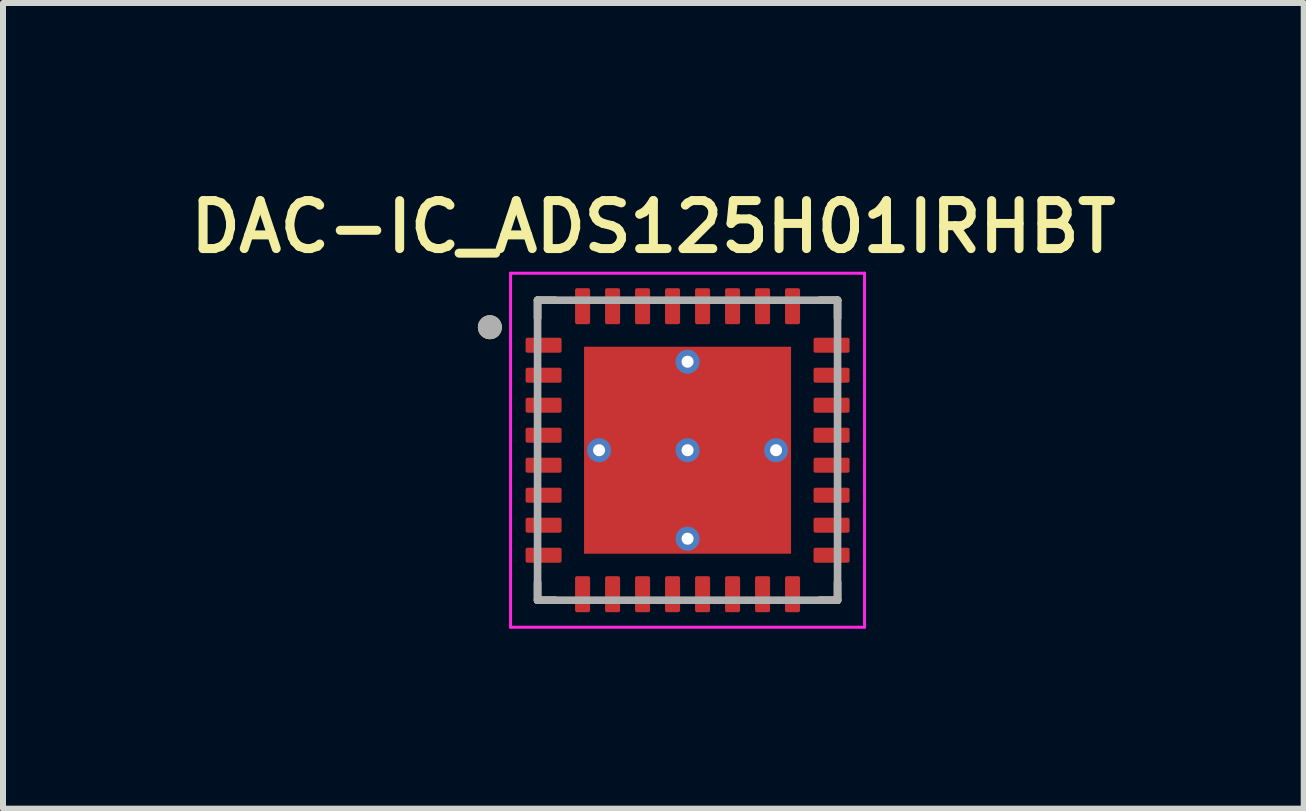
<source format=kicad_pcb>
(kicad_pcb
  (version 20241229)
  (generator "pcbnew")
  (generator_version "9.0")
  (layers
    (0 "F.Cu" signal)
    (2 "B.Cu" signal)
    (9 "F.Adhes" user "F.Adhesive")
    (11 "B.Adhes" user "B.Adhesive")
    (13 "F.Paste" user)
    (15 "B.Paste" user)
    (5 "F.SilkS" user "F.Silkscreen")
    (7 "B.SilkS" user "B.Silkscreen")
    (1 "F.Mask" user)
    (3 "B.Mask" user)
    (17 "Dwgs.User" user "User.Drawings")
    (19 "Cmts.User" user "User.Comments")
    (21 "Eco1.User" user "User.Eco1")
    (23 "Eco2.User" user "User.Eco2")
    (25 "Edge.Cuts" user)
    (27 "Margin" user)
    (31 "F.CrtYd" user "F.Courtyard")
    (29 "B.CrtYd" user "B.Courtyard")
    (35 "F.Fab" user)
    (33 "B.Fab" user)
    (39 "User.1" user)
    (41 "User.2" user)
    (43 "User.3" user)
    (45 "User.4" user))
  (footprint "DAC-IC_ADS125H01IRHBT"
    (layer "F.Cu")
    (at 8.41 4.454)
    (property "Reference" "DAC-IC_ADS125H01IRHBT" (at -0.57 -3.723 0) (layer "F.SilkS") (effects (font (size 0.8 0.8) (thickness 0.15))))
    (attr smd)
    (fp_poly (pts (xy -1.795 -1.795) (xy 1.795 -1.795) (xy 1.795 1.795) (xy -1.795 1.795)) (stroke (width 0.01) (type solid)) (fill yes) (layer "F.Mask"))
    (fp_poly (pts (xy -2.72 -1.945) (xy -2.08 -1.945) (xy -2.077 -1.945) (xy -2.075 -1.945) (xy -2.072 -1.944) (xy -2.07 -1.944) (xy -2.067 -1.943) (xy -2.065 -1.943) (xy -2.062 -1.942) (xy -2.06 -1.941) (xy -2.057 -1.94) (xy -2.055 -1.938) (xy -2.053 -1.937) (xy -2.051 -1.935) (xy -2.049 -1.934) (xy -2.047 -1.932) (xy -2.045 -1.93) (xy -2.043 -1.928) (xy -2.041 -1.926) (xy -2.04 -1.924) (xy -2.038 -1.922) (xy -2.037 -1.92) (xy -2.035 -1.918) (xy -2.034 -1.915) (xy -2.033 -1.913) (xy -2.032 -1.91) (xy -2.032 -1.908) (xy -2.031 -1.905) (xy -2.031 -1.903) (xy -2.03 -1.9) (xy -2.03 -1.898) (xy -2.03 -1.895) (xy -2.03 -1.605) (xy -2.03 -1.602) (xy -2.03 -1.6) (xy -2.031 -1.597) (xy -2.031 -1.595) (xy -2.032 -1.592) (xy -2.032 -1.59) (xy -2.033 -1.587) (xy -2.034 -1.585) (xy -2.035 -1.582) (xy -2.037 -1.58) (xy -2.038 -1.578) (xy -2.04 -1.576) (xy -2.041 -1.574) (xy -2.043 -1.572) (xy -2.045 -1.57) (xy -2.047 -1.568) (xy -2.049 -1.566) (xy -2.051 -1.565) (xy -2.053 -1.563) (xy -2.055 -1.562) (xy -2.057 -1.56) (xy -2.06 -1.559) (xy -2.062 -1.558) (xy -2.065 -1.557) (xy -2.067 -1.557) (xy -2.07 -1.556) (xy -2.072 -1.556) (xy -2.075 -1.555) (xy -2.077 -1.555) (xy -2.08 -1.555) (xy -2.72 -1.555) (xy -2.723 -1.555) (xy -2.725 -1.555) (xy -2.728 -1.556) (xy -2.73 -1.556) (xy -2.733 -1.557) (xy -2.735 -1.557) (xy -2.738 -1.558) (xy -2.74 -1.559) (xy -2.743 -1.56) (xy -2.745 -1.562) (xy -2.747 -1.563) (xy -2.749 -1.565) (xy -2.751 -1.566) (xy -2.753 -1.568) (xy -2.755 -1.57) (xy -2.757 -1.572) (xy -2.759 -1.574) (xy -2.76 -1.576) (xy -2.762 -1.578) (xy -2.763 -1.58) (xy -2.765 -1.582) (xy -2.766 -1.585) (xy -2.767 -1.587) (xy -2.768 -1.59) (xy -2.768 -1.592) (xy -2.769 -1.595) (xy -2.769 -1.597) (xy -2.77 -1.6) (xy -2.77 -1.602) (xy -2.77 -1.605) (xy -2.77 -1.895) (xy -2.77 -1.898) (xy -2.77 -1.9) (xy -2.769 -1.903) (xy -2.769 -1.905) (xy -2.768 -1.908) (xy -2.768 -1.91) (xy -2.767 -1.913) (xy -2.766 -1.915) (xy -2.765 -1.918) (xy -2.763 -1.92) (xy -2.762 -1.922) (xy -2.76 -1.924) (xy -2.759 -1.926) (xy -2.757 -1.928) (xy -2.755 -1.93) (xy -2.753 -1.932) (xy -2.751 -1.934) (xy -2.749 -1.935) (xy -2.747 -1.937) (xy -2.745 -1.938) (xy -2.743 -1.94) (xy -2.74 -1.941) (xy -2.738 -1.942) (xy -2.735 -1.943) (xy -2.733 -1.943) (xy -2.73 -1.944) (xy -2.728 -1.944) (xy -2.725 -1.945) (xy -2.723 -1.945) (xy -2.72 -1.945)) (stroke (width 0.01) (type solid)) (fill yes) (layer "F.Mask"))
    (fp_poly (pts (xy -2.72 -1.445) (xy -2.08 -1.445) (xy -2.077 -1.445) (xy -2.075 -1.445) (xy -2.072 -1.444) (xy -2.07 -1.444) (xy -2.067 -1.443) (xy -2.065 -1.443) (xy -2.062 -1.442) (xy -2.06 -1.441) (xy -2.057 -1.44) (xy -2.055 -1.438) (xy -2.053 -1.437) (xy -2.051 -1.435) (xy -2.049 -1.434) (xy -2.047 -1.432) (xy -2.045 -1.43) (xy -2.043 -1.428) (xy -2.041 -1.426) (xy -2.04 -1.424) (xy -2.038 -1.422) (xy -2.037 -1.42) (xy -2.035 -1.418) (xy -2.034 -1.415) (xy -2.033 -1.413) (xy -2.032 -1.41) (xy -2.032 -1.408) (xy -2.031 -1.405) (xy -2.031 -1.403) (xy -2.03 -1.4) (xy -2.03 -1.398) (xy -2.03 -1.395) (xy -2.03 -1.105) (xy -2.03 -1.102) (xy -2.03 -1.1) (xy -2.031 -1.097) (xy -2.031 -1.095) (xy -2.032 -1.092) (xy -2.032 -1.09) (xy -2.033 -1.087) (xy -2.034 -1.085) (xy -2.035 -1.082) (xy -2.037 -1.08) (xy -2.038 -1.078) (xy -2.04 -1.076) (xy -2.041 -1.074) (xy -2.043 -1.072) (xy -2.045 -1.07) (xy -2.047 -1.068) (xy -2.049 -1.066) (xy -2.051 -1.065) (xy -2.053 -1.063) (xy -2.055 -1.062) (xy -2.057 -1.06) (xy -2.06 -1.059) (xy -2.062 -1.058) (xy -2.065 -1.057) (xy -2.067 -1.057) (xy -2.07 -1.056) (xy -2.072 -1.056) (xy -2.075 -1.055) (xy -2.077 -1.055) (xy -2.08 -1.055) (xy -2.72 -1.055) (xy -2.723 -1.055) (xy -2.725 -1.055) (xy -2.728 -1.056) (xy -2.73 -1.056) (xy -2.733 -1.057) (xy -2.735 -1.057) (xy -2.738 -1.058) (xy -2.74 -1.059) (xy -2.743 -1.06) (xy -2.745 -1.062) (xy -2.747 -1.063) (xy -2.749 -1.065) (xy -2.751 -1.066) (xy -2.753 -1.068) (xy -2.755 -1.07) (xy -2.757 -1.072) (xy -2.759 -1.074) (xy -2.76 -1.076) (xy -2.762 -1.078) (xy -2.763 -1.08) (xy -2.765 -1.082) (xy -2.766 -1.085) (xy -2.767 -1.087) (xy -2.768 -1.09) (xy -2.768 -1.092) (xy -2.769 -1.095) (xy -2.769 -1.097) (xy -2.77 -1.1) (xy -2.77 -1.102) (xy -2.77 -1.105) (xy -2.77 -1.395) (xy -2.77 -1.398) (xy -2.77 -1.4) (xy -2.769 -1.403) (xy -2.769 -1.405) (xy -2.768 -1.408) (xy -2.768 -1.41) (xy -2.767 -1.413) (xy -2.766 -1.415) (xy -2.765 -1.418) (xy -2.763 -1.42) (xy -2.762 -1.422) (xy -2.76 -1.424) (xy -2.759 -1.426) (xy -2.757 -1.428) (xy -2.755 -1.43) (xy -2.753 -1.432) (xy -2.751 -1.434) (xy -2.749 -1.435) (xy -2.747 -1.437) (xy -2.745 -1.438) (xy -2.743 -1.44) (xy -2.74 -1.441) (xy -2.738 -1.442) (xy -2.735 -1.443) (xy -2.733 -1.443) (xy -2.73 -1.444) (xy -2.728 -1.444) (xy -2.725 -1.445) (xy -2.723 -1.445) (xy -2.72 -1.445)) (stroke (width 0.01) (type solid)) (fill yes) (layer "F.Mask"))
    (fp_poly (pts (xy -2.72 -0.945) (xy -2.08 -0.945) (xy -2.077 -0.945) (xy -2.075 -0.945) (xy -2.072 -0.944) (xy -2.07 -0.944) (xy -2.067 -0.943) (xy -2.065 -0.943) (xy -2.062 -0.942) (xy -2.06 -0.941) (xy -2.057 -0.94) (xy -2.055 -0.938) (xy -2.053 -0.937) (xy -2.051 -0.935) (xy -2.049 -0.934) (xy -2.047 -0.932) (xy -2.045 -0.93) (xy -2.043 -0.928) (xy -2.041 -0.926) (xy -2.04 -0.924) (xy -2.038 -0.922) (xy -2.037 -0.92) (xy -2.035 -0.918) (xy -2.034 -0.915) (xy -2.033 -0.913) (xy -2.032 -0.91) (xy -2.032 -0.908) (xy -2.031 -0.905) (xy -2.031 -0.903) (xy -2.03 -0.9) (xy -2.03 -0.898) (xy -2.03 -0.895) (xy -2.03 -0.605) (xy -2.03 -0.602) (xy -2.03 -0.6) (xy -2.031 -0.597) (xy -2.031 -0.595) (xy -2.032 -0.592) (xy -2.032 -0.59) (xy -2.033 -0.587) (xy -2.034 -0.585) (xy -2.035 -0.582) (xy -2.037 -0.58) (xy -2.038 -0.578) (xy -2.04 -0.576) (xy -2.041 -0.574) (xy -2.043 -0.572) (xy -2.045 -0.57) (xy -2.047 -0.568) (xy -2.049 -0.566) (xy -2.051 -0.565) (xy -2.053 -0.563) (xy -2.055 -0.562) (xy -2.057 -0.56) (xy -2.06 -0.559) (xy -2.062 -0.558) (xy -2.065 -0.557) (xy -2.067 -0.557) (xy -2.07 -0.556) (xy -2.072 -0.556) (xy -2.075 -0.555) (xy -2.077 -0.555) (xy -2.08 -0.555) (xy -2.72 -0.555) (xy -2.723 -0.555) (xy -2.725 -0.555) (xy -2.728 -0.556) (xy -2.73 -0.556) (xy -2.733 -0.557) (xy -2.735 -0.557) (xy -2.738 -0.558) (xy -2.74 -0.559) (xy -2.743 -0.56) (xy -2.745 -0.562) (xy -2.747 -0.563) (xy -2.749 -0.565) (xy -2.751 -0.566) (xy -2.753 -0.568) (xy -2.755 -0.57) (xy -2.757 -0.572) (xy -2.759 -0.574) (xy -2.76 -0.576) (xy -2.762 -0.578) (xy -2.763 -0.58) (xy -2.765 -0.582) (xy -2.766 -0.585) (xy -2.767 -0.587) (xy -2.768 -0.59) (xy -2.768 -0.592) (xy -2.769 -0.595) (xy -2.769 -0.597) (xy -2.77 -0.6) (xy -2.77 -0.602) (xy -2.77 -0.605) (xy -2.77 -0.895) (xy -2.77 -0.898) (xy -2.77 -0.9) (xy -2.769 -0.903) (xy -2.769 -0.905) (xy -2.768 -0.908) (xy -2.768 -0.91) (xy -2.767 -0.913) (xy -2.766 -0.915) (xy -2.765 -0.918) (xy -2.763 -0.92) (xy -2.762 -0.922) (xy -2.76 -0.924) (xy -2.759 -0.926) (xy -2.757 -0.928) (xy -2.755 -0.93) (xy -2.753 -0.932) (xy -2.751 -0.934) (xy -2.749 -0.935) (xy -2.747 -0.937) (xy -2.745 -0.938) (xy -2.743 -0.94) (xy -2.74 -0.941) (xy -2.738 -0.942) (xy -2.735 -0.943) (xy -2.733 -0.943) (xy -2.73 -0.944) (xy -2.728 -0.944) (xy -2.725 -0.945) (xy -2.723 -0.945) (xy -2.72 -0.945)) (stroke (width 0.01) (type solid)) (fill yes) (layer "F.Mask"))
    (fp_poly (pts (xy -2.72 -0.445) (xy -2.08 -0.445) (xy -2.077 -0.445) (xy -2.075 -0.445) (xy -2.072 -0.444) (xy -2.07 -0.444) (xy -2.067 -0.443) (xy -2.065 -0.443) (xy -2.062 -0.442) (xy -2.06 -0.441) (xy -2.057 -0.44) (xy -2.055 -0.438) (xy -2.053 -0.437) (xy -2.051 -0.435) (xy -2.049 -0.434) (xy -2.047 -0.432) (xy -2.045 -0.43) (xy -2.043 -0.428) (xy -2.041 -0.426) (xy -2.04 -0.424) (xy -2.038 -0.422) (xy -2.037 -0.42) (xy -2.035 -0.418) (xy -2.034 -0.415) (xy -2.033 -0.413) (xy -2.032 -0.41) (xy -2.032 -0.408) (xy -2.031 -0.405) (xy -2.031 -0.403) (xy -2.03 -0.4) (xy -2.03 -0.398) (xy -2.03 -0.395) (xy -2.03 -0.105) (xy -2.03 -0.102) (xy -2.03 -0.1) (xy -2.031 -0.097) (xy -2.031 -0.095) (xy -2.032 -0.092) (xy -2.032 -0.09) (xy -2.033 -0.087) (xy -2.034 -0.085) (xy -2.035 -0.082) (xy -2.037 -0.08) (xy -2.038 -0.078) (xy -2.04 -0.076) (xy -2.041 -0.074) (xy -2.043 -0.072) (xy -2.045 -0.07) (xy -2.047 -0.068) (xy -2.049 -0.066) (xy -2.051 -0.065) (xy -2.053 -0.063) (xy -2.055 -0.062) (xy -2.057 -0.06) (xy -2.06 -0.059) (xy -2.062 -0.058) (xy -2.065 -0.057) (xy -2.067 -0.057) (xy -2.07 -0.056) (xy -2.072 -0.056) (xy -2.075 -0.055) (xy -2.077 -0.055) (xy -2.08 -0.055) (xy -2.72 -0.055) (xy -2.723 -0.055) (xy -2.725 -0.055) (xy -2.728 -0.056) (xy -2.73 -0.056) (xy -2.733 -0.057) (xy -2.735 -0.057) (xy -2.738 -0.058) (xy -2.74 -0.059) (xy -2.743 -0.06) (xy -2.745 -0.062) (xy -2.747 -0.063) (xy -2.749 -0.065) (xy -2.751 -0.066) (xy -2.753 -0.068) (xy -2.755 -0.07) (xy -2.757 -0.072) (xy -2.759 -0.074) (xy -2.76 -0.076) (xy -2.762 -0.078) (xy -2.763 -0.08) (xy -2.765 -0.082) (xy -2.766 -0.085) (xy -2.767 -0.087) (xy -2.768 -0.09) (xy -2.768 -0.092) (xy -2.769 -0.095) (xy -2.769 -0.097) (xy -2.77 -0.1) (xy -2.77 -0.102) (xy -2.77 -0.105) (xy -2.77 -0.395) (xy -2.77 -0.398) (xy -2.77 -0.4) (xy -2.769 -0.403) (xy -2.769 -0.405) (xy -2.768 -0.408) (xy -2.768 -0.41) (xy -2.767 -0.413) (xy -2.766 -0.415) (xy -2.765 -0.418) (xy -2.763 -0.42) (xy -2.762 -0.422) (xy -2.76 -0.424) (xy -2.759 -0.426) (xy -2.757 -0.428) (xy -2.755 -0.43) (xy -2.753 -0.432) (xy -2.751 -0.434) (xy -2.749 -0.435) (xy -2.747 -0.437) (xy -2.745 -0.438) (xy -2.743 -0.44) (xy -2.74 -0.441) (xy -2.738 -0.442) (xy -2.735 -0.443) (xy -2.733 -0.443) (xy -2.73 -0.444) (xy -2.728 -0.444) (xy -2.725 -0.445) (xy -2.723 -0.445) (xy -2.72 -0.445)) (stroke (width 0.01) (type solid)) (fill yes) (layer "F.Mask"))
    (fp_poly (pts (xy -2.72 0.055) (xy -2.08 0.055) (xy -2.077 0.055) (xy -2.075 0.055) (xy -2.072 0.056) (xy -2.07 0.056) (xy -2.067 0.057) (xy -2.065 0.057) (xy -2.062 0.058) (xy -2.06 0.059) (xy -2.057 0.06) (xy -2.055 0.062) (xy -2.053 0.063) (xy -2.051 0.065) (xy -2.049 0.066) (xy -2.047 0.068) (xy -2.045 0.07) (xy -2.043 0.072) (xy -2.041 0.074) (xy -2.04 0.076) (xy -2.038 0.078) (xy -2.037 0.08) (xy -2.035 0.082) (xy -2.034 0.085) (xy -2.033 0.087) (xy -2.032 0.09) (xy -2.032 0.092) (xy -2.031 0.095) (xy -2.031 0.097) (xy -2.03 0.1) (xy -2.03 0.102) (xy -2.03 0.105) (xy -2.03 0.395) (xy -2.03 0.398) (xy -2.03 0.4) (xy -2.031 0.403) (xy -2.031 0.405) (xy -2.032 0.408) (xy -2.032 0.41) (xy -2.033 0.413) (xy -2.034 0.415) (xy -2.035 0.418) (xy -2.037 0.42) (xy -2.038 0.422) (xy -2.04 0.424) (xy -2.041 0.426) (xy -2.043 0.428) (xy -2.045 0.43) (xy -2.047 0.432) (xy -2.049 0.434) (xy -2.051 0.435) (xy -2.053 0.437) (xy -2.055 0.438) (xy -2.057 0.44) (xy -2.06 0.441) (xy -2.062 0.442) (xy -2.065 0.443) (xy -2.067 0.443) (xy -2.07 0.444) (xy -2.072 0.444) (xy -2.075 0.445) (xy -2.077 0.445) (xy -2.08 0.445) (xy -2.72 0.445) (xy -2.723 0.445) (xy -2.725 0.445) (xy -2.728 0.444) (xy -2.73 0.444) (xy -2.733 0.443) (xy -2.735 0.443) (xy -2.738 0.442) (xy -2.74 0.441) (xy -2.743 0.44) (xy -2.745 0.438) (xy -2.747 0.437) (xy -2.749 0.435) (xy -2.751 0.434) (xy -2.753 0.432) (xy -2.755 0.43) (xy -2.757 0.428) (xy -2.759 0.426) (xy -2.76 0.424) (xy -2.762 0.422) (xy -2.763 0.42) (xy -2.765 0.418) (xy -2.766 0.415) (xy -2.767 0.413) (xy -2.768 0.41) (xy -2.768 0.408) (xy -2.769 0.405) (xy -2.769 0.403) (xy -2.77 0.4) (xy -2.77 0.398) (xy -2.77 0.395) (xy -2.77 0.105) (xy -2.77 0.102) (xy -2.77 0.1) (xy -2.769 0.097) (xy -2.769 0.095) (xy -2.768 0.092) (xy -2.768 0.09) (xy -2.767 0.087) (xy -2.766 0.085) (xy -2.765 0.082) (xy -2.763 0.08) (xy -2.762 0.078) (xy -2.76 0.076) (xy -2.759 0.074) (xy -2.757 0.072) (xy -2.755 0.07) (xy -2.753 0.068) (xy -2.751 0.066) (xy -2.749 0.065) (xy -2.747 0.063) (xy -2.745 0.062) (xy -2.743 0.06) (xy -2.74 0.059) (xy -2.738 0.058) (xy -2.735 0.057) (xy -2.733 0.057) (xy -2.73 0.056) (xy -2.728 0.056) (xy -2.725 0.055) (xy -2.723 0.055) (xy -2.72 0.055)) (stroke (width 0.01) (type solid)) (fill yes) (layer "F.Mask"))
    (fp_poly (pts (xy -2.72 0.555) (xy -2.08 0.555) (xy -2.077 0.555) (xy -2.075 0.555) (xy -2.072 0.556) (xy -2.07 0.556) (xy -2.067 0.557) (xy -2.065 0.557) (xy -2.062 0.558) (xy -2.06 0.559) (xy -2.057 0.56) (xy -2.055 0.562) (xy -2.053 0.563) (xy -2.051 0.565) (xy -2.049 0.566) (xy -2.047 0.568) (xy -2.045 0.57) (xy -2.043 0.572) (xy -2.041 0.574) (xy -2.04 0.576) (xy -2.038 0.578) (xy -2.037 0.58) (xy -2.035 0.582) (xy -2.034 0.585) (xy -2.033 0.587) (xy -2.032 0.59) (xy -2.032 0.592) (xy -2.031 0.595) (xy -2.031 0.597) (xy -2.03 0.6) (xy -2.03 0.602) (xy -2.03 0.605) (xy -2.03 0.895) (xy -2.03 0.898) (xy -2.03 0.9) (xy -2.031 0.903) (xy -2.031 0.905) (xy -2.032 0.908) (xy -2.032 0.91) (xy -2.033 0.913) (xy -2.034 0.915) (xy -2.035 0.918) (xy -2.037 0.92) (xy -2.038 0.922) (xy -2.04 0.924) (xy -2.041 0.926) (xy -2.043 0.928) (xy -2.045 0.93) (xy -2.047 0.932) (xy -2.049 0.934) (xy -2.051 0.935) (xy -2.053 0.937) (xy -2.055 0.938) (xy -2.057 0.94) (xy -2.06 0.941) (xy -2.062 0.942) (xy -2.065 0.943) (xy -2.067 0.943) (xy -2.07 0.944) (xy -2.072 0.944) (xy -2.075 0.945) (xy -2.077 0.945) (xy -2.08 0.945) (xy -2.72 0.945) (xy -2.723 0.945) (xy -2.725 0.945) (xy -2.728 0.944) (xy -2.73 0.944) (xy -2.733 0.943) (xy -2.735 0.943) (xy -2.738 0.942) (xy -2.74 0.941) (xy -2.743 0.94) (xy -2.745 0.938) (xy -2.747 0.937) (xy -2.749 0.935) (xy -2.751 0.934) (xy -2.753 0.932) (xy -2.755 0.93) (xy -2.757 0.928) (xy -2.759 0.926) (xy -2.76 0.924) (xy -2.762 0.922) (xy -2.763 0.92) (xy -2.765 0.918) (xy -2.766 0.915) (xy -2.767 0.913) (xy -2.768 0.91) (xy -2.768 0.908) (xy -2.769 0.905) (xy -2.769 0.903) (xy -2.77 0.9) (xy -2.77 0.898) (xy -2.77 0.895) (xy -2.77 0.605) (xy -2.77 0.602) (xy -2.77 0.6) (xy -2.769 0.597) (xy -2.769 0.595) (xy -2.768 0.592) (xy -2.768 0.59) (xy -2.767 0.587) (xy -2.766 0.585) (xy -2.765 0.582) (xy -2.763 0.58) (xy -2.762 0.578) (xy -2.76 0.576) (xy -2.759 0.574) (xy -2.757 0.572) (xy -2.755 0.57) (xy -2.753 0.568) (xy -2.751 0.566) (xy -2.749 0.565) (xy -2.747 0.563) (xy -2.745 0.562) (xy -2.743 0.56) (xy -2.74 0.559) (xy -2.738 0.558) (xy -2.735 0.557) (xy -2.733 0.557) (xy -2.73 0.556) (xy -2.728 0.556) (xy -2.725 0.555) (xy -2.723 0.555) (xy -2.72 0.555)) (stroke (width 0.01) (type solid)) (fill yes) (layer "F.Mask"))
    (fp_poly (pts (xy -2.72 1.055) (xy -2.08 1.055) (xy -2.077 1.055) (xy -2.075 1.055) (xy -2.072 1.056) (xy -2.07 1.056) (xy -2.067 1.057) (xy -2.065 1.057) (xy -2.062 1.058) (xy -2.06 1.059) (xy -2.057 1.06) (xy -2.055 1.062) (xy -2.053 1.063) (xy -2.051 1.065) (xy -2.049 1.066) (xy -2.047 1.068) (xy -2.045 1.07) (xy -2.043 1.072) (xy -2.041 1.074) (xy -2.04 1.076) (xy -2.038 1.078) (xy -2.037 1.08) (xy -2.035 1.082) (xy -2.034 1.085) (xy -2.033 1.087) (xy -2.032 1.09) (xy -2.032 1.092) (xy -2.031 1.095) (xy -2.031 1.097) (xy -2.03 1.1) (xy -2.03 1.102) (xy -2.03 1.105) (xy -2.03 1.395) (xy -2.03 1.398) (xy -2.03 1.4) (xy -2.031 1.403) (xy -2.031 1.405) (xy -2.032 1.408) (xy -2.032 1.41) (xy -2.033 1.413) (xy -2.034 1.415) (xy -2.035 1.418) (xy -2.037 1.42) (xy -2.038 1.422) (xy -2.04 1.424) (xy -2.041 1.426) (xy -2.043 1.428) (xy -2.045 1.43) (xy -2.047 1.432) (xy -2.049 1.434) (xy -2.051 1.435) (xy -2.053 1.437) (xy -2.055 1.438) (xy -2.057 1.44) (xy -2.06 1.441) (xy -2.062 1.442) (xy -2.065 1.443) (xy -2.067 1.443) (xy -2.07 1.444) (xy -2.072 1.444) (xy -2.075 1.445) (xy -2.077 1.445) (xy -2.08 1.445) (xy -2.72 1.445) (xy -2.723 1.445) (xy -2.725 1.445) (xy -2.728 1.444) (xy -2.73 1.444) (xy -2.733 1.443) (xy -2.735 1.443) (xy -2.738 1.442) (xy -2.74 1.441) (xy -2.743 1.44) (xy -2.745 1.438) (xy -2.747 1.437) (xy -2.749 1.435) (xy -2.751 1.434) (xy -2.753 1.432) (xy -2.755 1.43) (xy -2.757 1.428) (xy -2.759 1.426) (xy -2.76 1.424) (xy -2.762 1.422) (xy -2.763 1.42) (xy -2.765 1.418) (xy -2.766 1.415) (xy -2.767 1.413) (xy -2.768 1.41) (xy -2.768 1.408) (xy -2.769 1.405) (xy -2.769 1.403) (xy -2.77 1.4) (xy -2.77 1.398) (xy -2.77 1.395) (xy -2.77 1.105) (xy -2.77 1.102) (xy -2.77 1.1) (xy -2.769 1.097) (xy -2.769 1.095) (xy -2.768 1.092) (xy -2.768 1.09) (xy -2.767 1.087) (xy -2.766 1.085) (xy -2.765 1.082) (xy -2.763 1.08) (xy -2.762 1.078) (xy -2.76 1.076) (xy -2.759 1.074) (xy -2.757 1.072) (xy -2.755 1.07) (xy -2.753 1.068) (xy -2.751 1.066) (xy -2.749 1.065) (xy -2.747 1.063) (xy -2.745 1.062) (xy -2.743 1.06) (xy -2.74 1.059) (xy -2.738 1.058) (xy -2.735 1.057) (xy -2.733 1.057) (xy -2.73 1.056) (xy -2.728 1.056) (xy -2.725 1.055) (xy -2.723 1.055) (xy -2.72 1.055)) (stroke (width 0.01) (type solid)) (fill yes) (layer "F.Mask"))
    (fp_poly (pts (xy -2.72 1.555) (xy -2.08 1.555) (xy -2.077 1.555) (xy -2.075 1.555) (xy -2.072 1.556) (xy -2.07 1.556) (xy -2.067 1.557) (xy -2.065 1.557) (xy -2.062 1.558) (xy -2.06 1.559) (xy -2.057 1.56) (xy -2.055 1.562) (xy -2.053 1.563) (xy -2.051 1.565) (xy -2.049 1.566) (xy -2.047 1.568) (xy -2.045 1.57) (xy -2.043 1.572) (xy -2.041 1.574) (xy -2.04 1.576) (xy -2.038 1.578) (xy -2.037 1.58) (xy -2.035 1.582) (xy -2.034 1.585) (xy -2.033 1.587) (xy -2.032 1.59) (xy -2.032 1.592) (xy -2.031 1.595) (xy -2.031 1.597) (xy -2.03 1.6) (xy -2.03 1.602) (xy -2.03 1.605) (xy -2.03 1.895) (xy -2.03 1.898) (xy -2.03 1.9) (xy -2.031 1.903) (xy -2.031 1.905) (xy -2.032 1.908) (xy -2.032 1.91) (xy -2.033 1.913) (xy -2.034 1.915) (xy -2.035 1.918) (xy -2.037 1.92) (xy -2.038 1.922) (xy -2.04 1.924) (xy -2.041 1.926) (xy -2.043 1.928) (xy -2.045 1.93) (xy -2.047 1.932) (xy -2.049 1.934) (xy -2.051 1.935) (xy -2.053 1.937) (xy -2.055 1.938) (xy -2.057 1.94) (xy -2.06 1.941) (xy -2.062 1.942) (xy -2.065 1.943) (xy -2.067 1.943) (xy -2.07 1.944) (xy -2.072 1.944) (xy -2.075 1.945) (xy -2.077 1.945) (xy -2.08 1.945) (xy -2.72 1.945) (xy -2.723 1.945) (xy -2.725 1.945) (xy -2.728 1.944) (xy -2.73 1.944) (xy -2.733 1.943) (xy -2.735 1.943) (xy -2.738 1.942) (xy -2.74 1.941) (xy -2.743 1.94) (xy -2.745 1.938) (xy -2.747 1.937) (xy -2.749 1.935) (xy -2.751 1.934) (xy -2.753 1.932) (xy -2.755 1.93) (xy -2.757 1.928) (xy -2.759 1.926) (xy -2.76 1.924) (xy -2.762 1.922) (xy -2.763 1.92) (xy -2.765 1.918) (xy -2.766 1.915) (xy -2.767 1.913) (xy -2.768 1.91) (xy -2.768 1.908) (xy -2.769 1.905) (xy -2.769 1.903) (xy -2.77 1.9) (xy -2.77 1.898) (xy -2.77 1.895) (xy -2.77 1.605) (xy -2.77 1.602) (xy -2.77 1.6) (xy -2.769 1.597) (xy -2.769 1.595) (xy -2.768 1.592) (xy -2.768 1.59) (xy -2.767 1.587) (xy -2.766 1.585) (xy -2.765 1.582) (xy -2.763 1.58) (xy -2.762 1.578) (xy -2.76 1.576) (xy -2.759 1.574) (xy -2.757 1.572) (xy -2.755 1.57) (xy -2.753 1.568) (xy -2.751 1.566) (xy -2.749 1.565) (xy -2.747 1.563) (xy -2.745 1.562) (xy -2.743 1.56) (xy -2.74 1.559) (xy -2.738 1.558) (xy -2.735 1.557) (xy -2.733 1.557) (xy -2.73 1.556) (xy -2.728 1.556) (xy -2.725 1.555) (xy -2.723 1.555) (xy -2.72 1.555)) (stroke (width 0.01) (type solid)) (fill yes) (layer "F.Mask"))
    (fp_poly (pts (xy -1.945 -2.08) (xy -1.945 -2.72) (xy -1.945 -2.723) (xy -1.945 -2.725) (xy -1.944 -2.728) (xy -1.944 -2.73) (xy -1.943 -2.733) (xy -1.943 -2.735) (xy -1.942 -2.738) (xy -1.941 -2.74) (xy -1.94 -2.743) (xy -1.938 -2.745) (xy -1.937 -2.747) (xy -1.935 -2.749) (xy -1.934 -2.751) (xy -1.932 -2.753) (xy -1.93 -2.755) (xy -1.928 -2.757) (xy -1.926 -2.759) (xy -1.924 -2.76) (xy -1.922 -2.762) (xy -1.92 -2.763) (xy -1.918 -2.765) (xy -1.915 -2.766) (xy -1.913 -2.767) (xy -1.91 -2.768) (xy -1.908 -2.768) (xy -1.905 -2.769) (xy -1.903 -2.769) (xy -1.9 -2.77) (xy -1.898 -2.77) (xy -1.895 -2.77) (xy -1.605 -2.77) (xy -1.602 -2.77) (xy -1.6 -2.77) (xy -1.597 -2.769) (xy -1.595 -2.769) (xy -1.592 -2.768) (xy -1.59 -2.768) (xy -1.587 -2.767) (xy -1.585 -2.766) (xy -1.582 -2.765) (xy -1.58 -2.763) (xy -1.578 -2.762) (xy -1.576 -2.76) (xy -1.574 -2.759) (xy -1.572 -2.757) (xy -1.57 -2.755) (xy -1.568 -2.753) (xy -1.566 -2.751) (xy -1.565 -2.749) (xy -1.563 -2.747) (xy -1.562 -2.745) (xy -1.56 -2.743) (xy -1.559 -2.74) (xy -1.558 -2.738) (xy -1.557 -2.735) (xy -1.557 -2.733) (xy -1.556 -2.73) (xy -1.556 -2.728) (xy -1.555 -2.725) (xy -1.555 -2.723) (xy -1.555 -2.72) (xy -1.555 -2.08) (xy -1.555 -2.077) (xy -1.555 -2.075) (xy -1.556 -2.072) (xy -1.556 -2.07) (xy -1.557 -2.067) (xy -1.557 -2.065) (xy -1.558 -2.062) (xy -1.559 -2.06) (xy -1.56 -2.057) (xy -1.562 -2.055) (xy -1.563 -2.053) (xy -1.565 -2.051) (xy -1.566 -2.049) (xy -1.568 -2.047) (xy -1.57 -2.045) (xy -1.572 -2.043) (xy -1.574 -2.041) (xy -1.576 -2.04) (xy -1.578 -2.038) (xy -1.58 -2.037) (xy -1.582 -2.035) (xy -1.585 -2.034) (xy -1.587 -2.033) (xy -1.59 -2.032) (xy -1.592 -2.032) (xy -1.595 -2.031) (xy -1.597 -2.031) (xy -1.6 -2.03) (xy -1.602 -2.03) (xy -1.605 -2.03) (xy -1.895 -2.03) (xy -1.898 -2.03) (xy -1.9 -2.03) (xy -1.903 -2.031) (xy -1.905 -2.031) (xy -1.908 -2.032) (xy -1.91 -2.032) (xy -1.913 -2.033) (xy -1.915 -2.034) (xy -1.918 -2.035) (xy -1.92 -2.037) (xy -1.922 -2.038) (xy -1.924 -2.04) (xy -1.926 -2.041) (xy -1.928 -2.043) (xy -1.93 -2.045) (xy -1.932 -2.047) (xy -1.934 -2.049) (xy -1.935 -2.051) (xy -1.937 -2.053) (xy -1.938 -2.055) (xy -1.94 -2.057) (xy -1.941 -2.06) (xy -1.942 -2.062) (xy -1.943 -2.065) (xy -1.943 -2.067) (xy -1.944 -2.07) (xy -1.944 -2.072) (xy -1.945 -2.075) (xy -1.945 -2.077) (xy -1.945 -2.08)) (stroke (width 0.01) (type solid)) (fill yes) (layer "F.Mask"))
    (fp_poly (pts (xy -1.945 2.72) (xy -1.945 2.08) (xy -1.945 2.077) (xy -1.945 2.075) (xy -1.944 2.072) (xy -1.944 2.07) (xy -1.943 2.067) (xy -1.943 2.065) (xy -1.942 2.062) (xy -1.941 2.06) (xy -1.94 2.057) (xy -1.938 2.055) (xy -1.937 2.053) (xy -1.935 2.051) (xy -1.934 2.049) (xy -1.932 2.047) (xy -1.93 2.045) (xy -1.928 2.043) (xy -1.926 2.041) (xy -1.924 2.04) (xy -1.922 2.038) (xy -1.92 2.037) (xy -1.918 2.035) (xy -1.915 2.034) (xy -1.913 2.033) (xy -1.91 2.032) (xy -1.908 2.032) (xy -1.905 2.031) (xy -1.903 2.031) (xy -1.9 2.03) (xy -1.898 2.03) (xy -1.895 2.03) (xy -1.605 2.03) (xy -1.602 2.03) (xy -1.6 2.03) (xy -1.597 2.031) (xy -1.595 2.031) (xy -1.592 2.032) (xy -1.59 2.032) (xy -1.587 2.033) (xy -1.585 2.034) (xy -1.582 2.035) (xy -1.58 2.037) (xy -1.578 2.038) (xy -1.576 2.04) (xy -1.574 2.041) (xy -1.572 2.043) (xy -1.57 2.045) (xy -1.568 2.047) (xy -1.566 2.049) (xy -1.565 2.051) (xy -1.563 2.053) (xy -1.562 2.055) (xy -1.56 2.057) (xy -1.559 2.06) (xy -1.558 2.062) (xy -1.557 2.065) (xy -1.557 2.067) (xy -1.556 2.07) (xy -1.556 2.072) (xy -1.555 2.075) (xy -1.555 2.077) (xy -1.555 2.08) (xy -1.555 2.72) (xy -1.555 2.723) (xy -1.555 2.725) (xy -1.556 2.728) (xy -1.556 2.73) (xy -1.557 2.733) (xy -1.557 2.735) (xy -1.558 2.738) (xy -1.559 2.74) (xy -1.56 2.743) (xy -1.562 2.745) (xy -1.563 2.747) (xy -1.565 2.749) (xy -1.566 2.751) (xy -1.568 2.753) (xy -1.57 2.755) (xy -1.572 2.757) (xy -1.574 2.759) (xy -1.576 2.76) (xy -1.578 2.762) (xy -1.58 2.763) (xy -1.582 2.765) (xy -1.585 2.766) (xy -1.587 2.767) (xy -1.59 2.768) (xy -1.592 2.768) (xy -1.595 2.769) (xy -1.597 2.769) (xy -1.6 2.77) (xy -1.602 2.77) (xy -1.605 2.77) (xy -1.895 2.77) (xy -1.898 2.77) (xy -1.9 2.77) (xy -1.903 2.769) (xy -1.905 2.769) (xy -1.908 2.768) (xy -1.91 2.768) (xy -1.913 2.767) (xy -1.915 2.766) (xy -1.918 2.765) (xy -1.92 2.763) (xy -1.922 2.762) (xy -1.924 2.76) (xy -1.926 2.759) (xy -1.928 2.757) (xy -1.93 2.755) (xy -1.932 2.753) (xy -1.934 2.751) (xy -1.935 2.749) (xy -1.937 2.747) (xy -1.938 2.745) (xy -1.94 2.743) (xy -1.941 2.74) (xy -1.942 2.738) (xy -1.943 2.735) (xy -1.943 2.733) (xy -1.944 2.73) (xy -1.944 2.728) (xy -1.945 2.725) (xy -1.945 2.723) (xy -1.945 2.72)) (stroke (width 0.01) (type solid)) (fill yes) (layer "F.Mask"))
    (fp_poly (pts (xy -1.445 -2.08) (xy -1.445 -2.72) (xy -1.445 -2.723) (xy -1.445 -2.725) (xy -1.444 -2.728) (xy -1.444 -2.73) (xy -1.443 -2.733) (xy -1.443 -2.735) (xy -1.442 -2.738) (xy -1.441 -2.74) (xy -1.44 -2.743) (xy -1.438 -2.745) (xy -1.437 -2.747) (xy -1.435 -2.749) (xy -1.434 -2.751) (xy -1.432 -2.753) (xy -1.43 -2.755) (xy -1.428 -2.757) (xy -1.426 -2.759) (xy -1.424 -2.76) (xy -1.422 -2.762) (xy -1.42 -2.763) (xy -1.418 -2.765) (xy -1.415 -2.766) (xy -1.413 -2.767) (xy -1.41 -2.768) (xy -1.408 -2.768) (xy -1.405 -2.769) (xy -1.403 -2.769) (xy -1.4 -2.77) (xy -1.398 -2.77) (xy -1.395 -2.77) (xy -1.105 -2.77) (xy -1.102 -2.77) (xy -1.1 -2.77) (xy -1.097 -2.769) (xy -1.095 -2.769) (xy -1.092 -2.768) (xy -1.09 -2.768) (xy -1.087 -2.767) (xy -1.085 -2.766) (xy -1.082 -2.765) (xy -1.08 -2.763) (xy -1.078 -2.762) (xy -1.076 -2.76) (xy -1.074 -2.759) (xy -1.072 -2.757) (xy -1.07 -2.755) (xy -1.068 -2.753) (xy -1.066 -2.751) (xy -1.065 -2.749) (xy -1.063 -2.747) (xy -1.062 -2.745) (xy -1.06 -2.743) (xy -1.059 -2.74) (xy -1.058 -2.738) (xy -1.057 -2.735) (xy -1.057 -2.733) (xy -1.056 -2.73) (xy -1.056 -2.728) (xy -1.055 -2.725) (xy -1.055 -2.723) (xy -1.055 -2.72) (xy -1.055 -2.08) (xy -1.055 -2.077) (xy -1.055 -2.075) (xy -1.056 -2.072) (xy -1.056 -2.07) (xy -1.057 -2.067) (xy -1.057 -2.065) (xy -1.058 -2.062) (xy -1.059 -2.06) (xy -1.06 -2.057) (xy -1.062 -2.055) (xy -1.063 -2.053) (xy -1.065 -2.051) (xy -1.066 -2.049) (xy -1.068 -2.047) (xy -1.07 -2.045) (xy -1.072 -2.043) (xy -1.074 -2.041) (xy -1.076 -2.04) (xy -1.078 -2.038) (xy -1.08 -2.037) (xy -1.082 -2.035) (xy -1.085 -2.034) (xy -1.087 -2.033) (xy -1.09 -2.032) (xy -1.092 -2.032) (xy -1.095 -2.031) (xy -1.097 -2.031) (xy -1.1 -2.03) (xy -1.102 -2.03) (xy -1.105 -2.03) (xy -1.395 -2.03) (xy -1.398 -2.03) (xy -1.4 -2.03) (xy -1.403 -2.031) (xy -1.405 -2.031) (xy -1.408 -2.032) (xy -1.41 -2.032) (xy -1.413 -2.033) (xy -1.415 -2.034) (xy -1.418 -2.035) (xy -1.42 -2.037) (xy -1.422 -2.038) (xy -1.424 -2.04) (xy -1.426 -2.041) (xy -1.428 -2.043) (xy -1.43 -2.045) (xy -1.432 -2.047) (xy -1.434 -2.049) (xy -1.435 -2.051) (xy -1.437 -2.053) (xy -1.438 -2.055) (xy -1.44 -2.057) (xy -1.441 -2.06) (xy -1.442 -2.062) (xy -1.443 -2.065) (xy -1.443 -2.067) (xy -1.444 -2.07) (xy -1.444 -2.072) (xy -1.445 -2.075) (xy -1.445 -2.077) (xy -1.445 -2.08)) (stroke (width 0.01) (type solid)) (fill yes) (layer "F.Mask"))
    (fp_poly (pts (xy -1.445 2.72) (xy -1.445 2.08) (xy -1.445 2.077) (xy -1.445 2.075) (xy -1.444 2.072) (xy -1.444 2.07) (xy -1.443 2.067) (xy -1.443 2.065) (xy -1.442 2.062) (xy -1.441 2.06) (xy -1.44 2.057) (xy -1.438 2.055) (xy -1.437 2.053) (xy -1.435 2.051) (xy -1.434 2.049) (xy -1.432 2.047) (xy -1.43 2.045) (xy -1.428 2.043) (xy -1.426 2.041) (xy -1.424 2.04) (xy -1.422 2.038) (xy -1.42 2.037) (xy -1.418 2.035) (xy -1.415 2.034) (xy -1.413 2.033) (xy -1.41 2.032) (xy -1.408 2.032) (xy -1.405 2.031) (xy -1.403 2.031) (xy -1.4 2.03) (xy -1.398 2.03) (xy -1.395 2.03) (xy -1.105 2.03) (xy -1.102 2.03) (xy -1.1 2.03) (xy -1.097 2.031) (xy -1.095 2.031) (xy -1.092 2.032) (xy -1.09 2.032) (xy -1.087 2.033) (xy -1.085 2.034) (xy -1.082 2.035) (xy -1.08 2.037) (xy -1.078 2.038) (xy -1.076 2.04) (xy -1.074 2.041) (xy -1.072 2.043) (xy -1.07 2.045) (xy -1.068 2.047) (xy -1.066 2.049) (xy -1.065 2.051) (xy -1.063 2.053) (xy -1.062 2.055) (xy -1.06 2.057) (xy -1.059 2.06) (xy -1.058 2.062) (xy -1.057 2.065) (xy -1.057 2.067) (xy -1.056 2.07) (xy -1.056 2.072) (xy -1.055 2.075) (xy -1.055 2.077) (xy -1.055 2.08) (xy -1.055 2.72) (xy -1.055 2.723) (xy -1.055 2.725) (xy -1.056 2.728) (xy -1.056 2.73) (xy -1.057 2.733) (xy -1.057 2.735) (xy -1.058 2.738) (xy -1.059 2.74) (xy -1.06 2.743) (xy -1.062 2.745) (xy -1.063 2.747) (xy -1.065 2.749) (xy -1.066 2.751) (xy -1.068 2.753) (xy -1.07 2.755) (xy -1.072 2.757) (xy -1.074 2.759) (xy -1.076 2.76) (xy -1.078 2.762) (xy -1.08 2.763) (xy -1.082 2.765) (xy -1.085 2.766) (xy -1.087 2.767) (xy -1.09 2.768) (xy -1.092 2.768) (xy -1.095 2.769) (xy -1.097 2.769) (xy -1.1 2.77) (xy -1.102 2.77) (xy -1.105 2.77) (xy -1.395 2.77) (xy -1.398 2.77) (xy -1.4 2.77) (xy -1.403 2.769) (xy -1.405 2.769) (xy -1.408 2.768) (xy -1.41 2.768) (xy -1.413 2.767) (xy -1.415 2.766) (xy -1.418 2.765) (xy -1.42 2.763) (xy -1.422 2.762) (xy -1.424 2.76) (xy -1.426 2.759) (xy -1.428 2.757) (xy -1.43 2.755) (xy -1.432 2.753) (xy -1.434 2.751) (xy -1.435 2.749) (xy -1.437 2.747) (xy -1.438 2.745) (xy -1.44 2.743) (xy -1.441 2.74) (xy -1.442 2.738) (xy -1.443 2.735) (xy -1.443 2.733) (xy -1.444 2.73) (xy -1.444 2.728) (xy -1.445 2.725) (xy -1.445 2.723) (xy -1.445 2.72)) (stroke (width 0.01) (type solid)) (fill yes) (layer "F.Mask"))
    (fp_poly (pts (xy -0.945 -2.08) (xy -0.945 -2.72) (xy -0.945 -2.723) (xy -0.945 -2.725) (xy -0.944 -2.728) (xy -0.944 -2.73) (xy -0.943 -2.733) (xy -0.943 -2.735) (xy -0.942 -2.738) (xy -0.941 -2.74) (xy -0.94 -2.743) (xy -0.938 -2.745) (xy -0.937 -2.747) (xy -0.935 -2.749) (xy -0.934 -2.751) (xy -0.932 -2.753) (xy -0.93 -2.755) (xy -0.928 -2.757) (xy -0.926 -2.759) (xy -0.924 -2.76) (xy -0.922 -2.762) (xy -0.92 -2.763) (xy -0.918 -2.765) (xy -0.915 -2.766) (xy -0.913 -2.767) (xy -0.91 -2.768) (xy -0.908 -2.768) (xy -0.905 -2.769) (xy -0.903 -2.769) (xy -0.9 -2.77) (xy -0.898 -2.77) (xy -0.895 -2.77) (xy -0.605 -2.77) (xy -0.602 -2.77) (xy -0.6 -2.77) (xy -0.597 -2.769) (xy -0.595 -2.769) (xy -0.592 -2.768) (xy -0.59 -2.768) (xy -0.587 -2.767) (xy -0.585 -2.766) (xy -0.582 -2.765) (xy -0.58 -2.763) (xy -0.578 -2.762) (xy -0.576 -2.76) (xy -0.574 -2.759) (xy -0.572 -2.757) (xy -0.57 -2.755) (xy -0.568 -2.753) (xy -0.566 -2.751) (xy -0.565 -2.749) (xy -0.563 -2.747) (xy -0.562 -2.745) (xy -0.56 -2.743) (xy -0.559 -2.74) (xy -0.558 -2.738) (xy -0.557 -2.735) (xy -0.557 -2.733) (xy -0.556 -2.73) (xy -0.556 -2.728) (xy -0.555 -2.725) (xy -0.555 -2.723) (xy -0.555 -2.72) (xy -0.555 -2.08) (xy -0.555 -2.077) (xy -0.555 -2.075) (xy -0.556 -2.072) (xy -0.556 -2.07) (xy -0.557 -2.067) (xy -0.557 -2.065) (xy -0.558 -2.062) (xy -0.559 -2.06) (xy -0.56 -2.057) (xy -0.562 -2.055) (xy -0.563 -2.053) (xy -0.565 -2.051) (xy -0.566 -2.049) (xy -0.568 -2.047) (xy -0.57 -2.045) (xy -0.572 -2.043) (xy -0.574 -2.041) (xy -0.576 -2.04) (xy -0.578 -2.038) (xy -0.58 -2.037) (xy -0.582 -2.035) (xy -0.585 -2.034) (xy -0.587 -2.033) (xy -0.59 -2.032) (xy -0.592 -2.032) (xy -0.595 -2.031) (xy -0.597 -2.031) (xy -0.6 -2.03) (xy -0.602 -2.03) (xy -0.605 -2.03) (xy -0.895 -2.03) (xy -0.898 -2.03) (xy -0.9 -2.03) (xy -0.903 -2.031) (xy -0.905 -2.031) (xy -0.908 -2.032) (xy -0.91 -2.032) (xy -0.913 -2.033) (xy -0.915 -2.034) (xy -0.918 -2.035) (xy -0.92 -2.037) (xy -0.922 -2.038) (xy -0.924 -2.04) (xy -0.926 -2.041) (xy -0.928 -2.043) (xy -0.93 -2.045) (xy -0.932 -2.047) (xy -0.934 -2.049) (xy -0.935 -2.051) (xy -0.937 -2.053) (xy -0.938 -2.055) (xy -0.94 -2.057) (xy -0.941 -2.06) (xy -0.942 -2.062) (xy -0.943 -2.065) (xy -0.943 -2.067) (xy -0.944 -2.07) (xy -0.944 -2.072) (xy -0.945 -2.075) (xy -0.945 -2.077) (xy -0.945 -2.08)) (stroke (width 0.01) (type solid)) (fill yes) (layer "F.Mask"))
    (fp_poly (pts (xy -0.945 2.72) (xy -0.945 2.08) (xy -0.945 2.077) (xy -0.945 2.075) (xy -0.944 2.072) (xy -0.944 2.07) (xy -0.943 2.067) (xy -0.943 2.065) (xy -0.942 2.062) (xy -0.941 2.06) (xy -0.94 2.057) (xy -0.938 2.055) (xy -0.937 2.053) (xy -0.935 2.051) (xy -0.934 2.049) (xy -0.932 2.047) (xy -0.93 2.045) (xy -0.928 2.043) (xy -0.926 2.041) (xy -0.924 2.04) (xy -0.922 2.038) (xy -0.92 2.037) (xy -0.918 2.035) (xy -0.915 2.034) (xy -0.913 2.033) (xy -0.91 2.032) (xy -0.908 2.032) (xy -0.905 2.031) (xy -0.903 2.031) (xy -0.9 2.03) (xy -0.898 2.03) (xy -0.895 2.03) (xy -0.605 2.03) (xy -0.602 2.03) (xy -0.6 2.03) (xy -0.597 2.031) (xy -0.595 2.031) (xy -0.592 2.032) (xy -0.59 2.032) (xy -0.587 2.033) (xy -0.585 2.034) (xy -0.582 2.035) (xy -0.58 2.037) (xy -0.578 2.038) (xy -0.576 2.04) (xy -0.574 2.041) (xy -0.572 2.043) (xy -0.57 2.045) (xy -0.568 2.047) (xy -0.566 2.049) (xy -0.565 2.051) (xy -0.563 2.053) (xy -0.562 2.055) (xy -0.56 2.057) (xy -0.559 2.06) (xy -0.558 2.062) (xy -0.557 2.065) (xy -0.557 2.067) (xy -0.556 2.07) (xy -0.556 2.072) (xy -0.555 2.075) (xy -0.555 2.077) (xy -0.555 2.08) (xy -0.555 2.72) (xy -0.555 2.723) (xy -0.555 2.725) (xy -0.556 2.728) (xy -0.556 2.73) (xy -0.557 2.733) (xy -0.557 2.735) (xy -0.558 2.738) (xy -0.559 2.74) (xy -0.56 2.743) (xy -0.562 2.745) (xy -0.563 2.747) (xy -0.565 2.749) (xy -0.566 2.751) (xy -0.568 2.753) (xy -0.57 2.755) (xy -0.572 2.757) (xy -0.574 2.759) (xy -0.576 2.76) (xy -0.578 2.762) (xy -0.58 2.763) (xy -0.582 2.765) (xy -0.585 2.766) (xy -0.587 2.767) (xy -0.59 2.768) (xy -0.592 2.768) (xy -0.595 2.769) (xy -0.597 2.769) (xy -0.6 2.77) (xy -0.602 2.77) (xy -0.605 2.77) (xy -0.895 2.77) (xy -0.898 2.77) (xy -0.9 2.77) (xy -0.903 2.769) (xy -0.905 2.769) (xy -0.908 2.768) (xy -0.91 2.768) (xy -0.913 2.767) (xy -0.915 2.766) (xy -0.918 2.765) (xy -0.92 2.763) (xy -0.922 2.762) (xy -0.924 2.76) (xy -0.926 2.759) (xy -0.928 2.757) (xy -0.93 2.755) (xy -0.932 2.753) (xy -0.934 2.751) (xy -0.935 2.749) (xy -0.937 2.747) (xy -0.938 2.745) (xy -0.94 2.743) (xy -0.941 2.74) (xy -0.942 2.738) (xy -0.943 2.735) (xy -0.943 2.733) (xy -0.944 2.73) (xy -0.944 2.728) (xy -0.945 2.725) (xy -0.945 2.723) (xy -0.945 2.72)) (stroke (width 0.01) (type solid)) (fill yes) (layer "F.Mask"))
    (fp_poly (pts (xy -0.445 -2.08) (xy -0.445 -2.72) (xy -0.445 -2.723) (xy -0.445 -2.725) (xy -0.444 -2.728) (xy -0.444 -2.73) (xy -0.443 -2.733) (xy -0.443 -2.735) (xy -0.442 -2.738) (xy -0.441 -2.74) (xy -0.44 -2.743) (xy -0.438 -2.745) (xy -0.437 -2.747) (xy -0.435 -2.749) (xy -0.434 -2.751) (xy -0.432 -2.753) (xy -0.43 -2.755) (xy -0.428 -2.757) (xy -0.426 -2.759) (xy -0.424 -2.76) (xy -0.422 -2.762) (xy -0.42 -2.763) (xy -0.418 -2.765) (xy -0.415 -2.766) (xy -0.413 -2.767) (xy -0.41 -2.768) (xy -0.408 -2.768) (xy -0.405 -2.769) (xy -0.403 -2.769) (xy -0.4 -2.77) (xy -0.398 -2.77) (xy -0.395 -2.77) (xy -0.105 -2.77) (xy -0.102 -2.77) (xy -0.1 -2.77) (xy -0.097 -2.769) (xy -0.095 -2.769) (xy -0.092 -2.768) (xy -0.09 -2.768) (xy -0.087 -2.767) (xy -0.085 -2.766) (xy -0.082 -2.765) (xy -0.08 -2.763) (xy -0.078 -2.762) (xy -0.076 -2.76) (xy -0.074 -2.759) (xy -0.072 -2.757) (xy -0.07 -2.755) (xy -0.068 -2.753) (xy -0.066 -2.751) (xy -0.065 -2.749) (xy -0.063 -2.747) (xy -0.062 -2.745) (xy -0.06 -2.743) (xy -0.059 -2.74) (xy -0.058 -2.738) (xy -0.057 -2.735) (xy -0.057 -2.733) (xy -0.056 -2.73) (xy -0.056 -2.728) (xy -0.055 -2.725) (xy -0.055 -2.723) (xy -0.055 -2.72) (xy -0.055 -2.08) (xy -0.055 -2.077) (xy -0.055 -2.075) (xy -0.056 -2.072) (xy -0.056 -2.07) (xy -0.057 -2.067) (xy -0.057 -2.065) (xy -0.058 -2.062) (xy -0.059 -2.06) (xy -0.06 -2.057) (xy -0.062 -2.055) (xy -0.063 -2.053) (xy -0.065 -2.051) (xy -0.066 -2.049) (xy -0.068 -2.047) (xy -0.07 -2.045) (xy -0.072 -2.043) (xy -0.074 -2.041) (xy -0.076 -2.04) (xy -0.078 -2.038) (xy -0.08 -2.037) (xy -0.082 -2.035) (xy -0.085 -2.034) (xy -0.087 -2.033) (xy -0.09 -2.032) (xy -0.092 -2.032) (xy -0.095 -2.031) (xy -0.097 -2.031) (xy -0.1 -2.03) (xy -0.102 -2.03) (xy -0.105 -2.03) (xy -0.395 -2.03) (xy -0.398 -2.03) (xy -0.4 -2.03) (xy -0.403 -2.031) (xy -0.405 -2.031) (xy -0.408 -2.032) (xy -0.41 -2.032) (xy -0.413 -2.033) (xy -0.415 -2.034) (xy -0.418 -2.035) (xy -0.42 -2.037) (xy -0.422 -2.038) (xy -0.424 -2.04) (xy -0.426 -2.041) (xy -0.428 -2.043) (xy -0.43 -2.045) (xy -0.432 -2.047) (xy -0.434 -2.049) (xy -0.435 -2.051) (xy -0.437 -2.053) (xy -0.438 -2.055) (xy -0.44 -2.057) (xy -0.441 -2.06) (xy -0.442 -2.062) (xy -0.443 -2.065) (xy -0.443 -2.067) (xy -0.444 -2.07) (xy -0.444 -2.072) (xy -0.445 -2.075) (xy -0.445 -2.077) (xy -0.445 -2.08)) (stroke (width 0.01) (type solid)) (fill yes) (layer "F.Mask"))
    (fp_poly (pts (xy -0.445 2.72) (xy -0.445 2.08) (xy -0.445 2.077) (xy -0.445 2.075) (xy -0.444 2.072) (xy -0.444 2.07) (xy -0.443 2.067) (xy -0.443 2.065) (xy -0.442 2.062) (xy -0.441 2.06) (xy -0.44 2.057) (xy -0.438 2.055) (xy -0.437 2.053) (xy -0.435 2.051) (xy -0.434 2.049) (xy -0.432 2.047) (xy -0.43 2.045) (xy -0.428 2.043) (xy -0.426 2.041) (xy -0.424 2.04) (xy -0.422 2.038) (xy -0.42 2.037) (xy -0.418 2.035) (xy -0.415 2.034) (xy -0.413 2.033) (xy -0.41 2.032) (xy -0.408 2.032) (xy -0.405 2.031) (xy -0.403 2.031) (xy -0.4 2.03) (xy -0.398 2.03) (xy -0.395 2.03) (xy -0.105 2.03) (xy -0.102 2.03) (xy -0.1 2.03) (xy -0.097 2.031) (xy -0.095 2.031) (xy -0.092 2.032) (xy -0.09 2.032) (xy -0.087 2.033) (xy -0.085 2.034) (xy -0.082 2.035) (xy -0.08 2.037) (xy -0.078 2.038) (xy -0.076 2.04) (xy -0.074 2.041) (xy -0.072 2.043) (xy -0.07 2.045) (xy -0.068 2.047) (xy -0.066 2.049) (xy -0.065 2.051) (xy -0.063 2.053) (xy -0.062 2.055) (xy -0.06 2.057) (xy -0.059 2.06) (xy -0.058 2.062) (xy -0.057 2.065) (xy -0.057 2.067) (xy -0.056 2.07) (xy -0.056 2.072) (xy -0.055 2.075) (xy -0.055 2.077) (xy -0.055 2.08) (xy -0.055 2.72) (xy -0.055 2.723) (xy -0.055 2.725) (xy -0.056 2.728) (xy -0.056 2.73) (xy -0.057 2.733) (xy -0.057 2.735) (xy -0.058 2.738) (xy -0.059 2.74) (xy -0.06 2.743) (xy -0.062 2.745) (xy -0.063 2.747) (xy -0.065 2.749) (xy -0.066 2.751) (xy -0.068 2.753) (xy -0.07 2.755) (xy -0.072 2.757) (xy -0.074 2.759) (xy -0.076 2.76) (xy -0.078 2.762) (xy -0.08 2.763) (xy -0.082 2.765) (xy -0.085 2.766) (xy -0.087 2.767) (xy -0.09 2.768) (xy -0.092 2.768) (xy -0.095 2.769) (xy -0.097 2.769) (xy -0.1 2.77) (xy -0.102 2.77) (xy -0.105 2.77) (xy -0.395 2.77) (xy -0.398 2.77) (xy -0.4 2.77) (xy -0.403 2.769) (xy -0.405 2.769) (xy -0.408 2.768) (xy -0.41 2.768) (xy -0.413 2.767) (xy -0.415 2.766) (xy -0.418 2.765) (xy -0.42 2.763) (xy -0.422 2.762) (xy -0.424 2.76) (xy -0.426 2.759) (xy -0.428 2.757) (xy -0.43 2.755) (xy -0.432 2.753) (xy -0.434 2.751) (xy -0.435 2.749) (xy -0.437 2.747) (xy -0.438 2.745) (xy -0.44 2.743) (xy -0.441 2.74) (xy -0.442 2.738) (xy -0.443 2.735) (xy -0.443 2.733) (xy -0.444 2.73) (xy -0.444 2.728) (xy -0.445 2.725) (xy -0.445 2.723) (xy -0.445 2.72)) (stroke (width 0.01) (type solid)) (fill yes) (layer "F.Mask"))
    (fp_poly (pts (xy 0.055 -2.08) (xy 0.055 -2.72) (xy 0.055 -2.723) (xy 0.055 -2.725) (xy 0.056 -2.728) (xy 0.056 -2.73) (xy 0.057 -2.733) (xy 0.057 -2.735) (xy 0.058 -2.738) (xy 0.059 -2.74) (xy 0.06 -2.743) (xy 0.062 -2.745) (xy 0.063 -2.747) (xy 0.065 -2.749) (xy 0.066 -2.751) (xy 0.068 -2.753) (xy 0.07 -2.755) (xy 0.072 -2.757) (xy 0.074 -2.759) (xy 0.076 -2.76) (xy 0.078 -2.762) (xy 0.08 -2.763) (xy 0.082 -2.765) (xy 0.085 -2.766) (xy 0.087 -2.767) (xy 0.09 -2.768) (xy 0.092 -2.768) (xy 0.095 -2.769) (xy 0.097 -2.769) (xy 0.1 -2.77) (xy 0.102 -2.77) (xy 0.105 -2.77) (xy 0.395 -2.77) (xy 0.398 -2.77) (xy 0.4 -2.77) (xy 0.403 -2.769) (xy 0.405 -2.769) (xy 0.408 -2.768) (xy 0.41 -2.768) (xy 0.413 -2.767) (xy 0.415 -2.766) (xy 0.418 -2.765) (xy 0.42 -2.763) (xy 0.422 -2.762) (xy 0.424 -2.76) (xy 0.426 -2.759) (xy 0.428 -2.757) (xy 0.43 -2.755) (xy 0.432 -2.753) (xy 0.434 -2.751) (xy 0.435 -2.749) (xy 0.437 -2.747) (xy 0.438 -2.745) (xy 0.44 -2.743) (xy 0.441 -2.74) (xy 0.442 -2.738) (xy 0.443 -2.735) (xy 0.443 -2.733) (xy 0.444 -2.73) (xy 0.444 -2.728) (xy 0.445 -2.725) (xy 0.445 -2.723) (xy 0.445 -2.72) (xy 0.445 -2.08) (xy 0.445 -2.077) (xy 0.445 -2.075) (xy 0.444 -2.072) (xy 0.444 -2.07) (xy 0.443 -2.067) (xy 0.443 -2.065) (xy 0.442 -2.062) (xy 0.441 -2.06) (xy 0.44 -2.057) (xy 0.438 -2.055) (xy 0.437 -2.053) (xy 0.435 -2.051) (xy 0.434 -2.049) (xy 0.432 -2.047) (xy 0.43 -2.045) (xy 0.428 -2.043) (xy 0.426 -2.041) (xy 0.424 -2.04) (xy 0.422 -2.038) (xy 0.42 -2.037) (xy 0.418 -2.035) (xy 0.415 -2.034) (xy 0.413 -2.033) (xy 0.41 -2.032) (xy 0.408 -2.032) (xy 0.405 -2.031) (xy 0.403 -2.031) (xy 0.4 -2.03) (xy 0.398 -2.03) (xy 0.395 -2.03) (xy 0.105 -2.03) (xy 0.102 -2.03) (xy 0.1 -2.03) (xy 0.097 -2.031) (xy 0.095 -2.031) (xy 0.092 -2.032) (xy 0.09 -2.032) (xy 0.087 -2.033) (xy 0.085 -2.034) (xy 0.082 -2.035) (xy 0.08 -2.037) (xy 0.078 -2.038) (xy 0.076 -2.04) (xy 0.074 -2.041) (xy 0.072 -2.043) (xy 0.07 -2.045) (xy 0.068 -2.047) (xy 0.066 -2.049) (xy 0.065 -2.051) (xy 0.063 -2.053) (xy 0.062 -2.055) (xy 0.06 -2.057) (xy 0.059 -2.06) (xy 0.058 -2.062) (xy 0.057 -2.065) (xy 0.057 -2.067) (xy 0.056 -2.07) (xy 0.056 -2.072) (xy 0.055 -2.075) (xy 0.055 -2.077) (xy 0.055 -2.08)) (stroke (width 0.01) (type solid)) (fill yes) (layer "F.Mask"))
    (fp_poly (pts (xy 0.055 2.72) (xy 0.055 2.08) (xy 0.055 2.077) (xy 0.055 2.075) (xy 0.056 2.072) (xy 0.056 2.07) (xy 0.057 2.067) (xy 0.057 2.065) (xy 0.058 2.062) (xy 0.059 2.06) (xy 0.06 2.057) (xy 0.062 2.055) (xy 0.063 2.053) (xy 0.065 2.051) (xy 0.066 2.049) (xy 0.068 2.047) (xy 0.07 2.045) (xy 0.072 2.043) (xy 0.074 2.041) (xy 0.076 2.04) (xy 0.078 2.038) (xy 0.08 2.037) (xy 0.082 2.035) (xy 0.085 2.034) (xy 0.087 2.033) (xy 0.09 2.032) (xy 0.092 2.032) (xy 0.095 2.031) (xy 0.097 2.031) (xy 0.1 2.03) (xy 0.102 2.03) (xy 0.105 2.03) (xy 0.395 2.03) (xy 0.398 2.03) (xy 0.4 2.03) (xy 0.403 2.031) (xy 0.405 2.031) (xy 0.408 2.032) (xy 0.41 2.032) (xy 0.413 2.033) (xy 0.415 2.034) (xy 0.418 2.035) (xy 0.42 2.037) (xy 0.422 2.038) (xy 0.424 2.04) (xy 0.426 2.041) (xy 0.428 2.043) (xy 0.43 2.045) (xy 0.432 2.047) (xy 0.434 2.049) (xy 0.435 2.051) (xy 0.437 2.053) (xy 0.438 2.055) (xy 0.44 2.057) (xy 0.441 2.06) (xy 0.442 2.062) (xy 0.443 2.065) (xy 0.443 2.067) (xy 0.444 2.07) (xy 0.444 2.072) (xy 0.445 2.075) (xy 0.445 2.077) (xy 0.445 2.08) (xy 0.445 2.72) (xy 0.445 2.723) (xy 0.445 2.725) (xy 0.444 2.728) (xy 0.444 2.73) (xy 0.443 2.733) (xy 0.443 2.735) (xy 0.442 2.738) (xy 0.441 2.74) (xy 0.44 2.743) (xy 0.438 2.745) (xy 0.437 2.747) (xy 0.435 2.749) (xy 0.434 2.751) (xy 0.432 2.753) (xy 0.43 2.755) (xy 0.428 2.757) (xy 0.426 2.759) (xy 0.424 2.76) (xy 0.422 2.762) (xy 0.42 2.763) (xy 0.418 2.765) (xy 0.415 2.766) (xy 0.413 2.767) (xy 0.41 2.768) (xy 0.408 2.768) (xy 0.405 2.769) (xy 0.403 2.769) (xy 0.4 2.77) (xy 0.398 2.77) (xy 0.395 2.77) (xy 0.105 2.77) (xy 0.102 2.77) (xy 0.1 2.77) (xy 0.097 2.769) (xy 0.095 2.769) (xy 0.092 2.768) (xy 0.09 2.768) (xy 0.087 2.767) (xy 0.085 2.766) (xy 0.082 2.765) (xy 0.08 2.763) (xy 0.078 2.762) (xy 0.076 2.76) (xy 0.074 2.759) (xy 0.072 2.757) (xy 0.07 2.755) (xy 0.068 2.753) (xy 0.066 2.751) (xy 0.065 2.749) (xy 0.063 2.747) (xy 0.062 2.745) (xy 0.06 2.743) (xy 0.059 2.74) (xy 0.058 2.738) (xy 0.057 2.735) (xy 0.057 2.733) (xy 0.056 2.73) (xy 0.056 2.728) (xy 0.055 2.725) (xy 0.055 2.723) (xy 0.055 2.72)) (stroke (width 0.01) (type solid)) (fill yes) (layer "F.Mask"))
    (fp_poly (pts (xy 0.555 -2.08) (xy 0.555 -2.72) (xy 0.555 -2.723) (xy 0.555 -2.725) (xy 0.556 -2.728) (xy 0.556 -2.73) (xy 0.557 -2.733) (xy 0.557 -2.735) (xy 0.558 -2.738) (xy 0.559 -2.74) (xy 0.56 -2.743) (xy 0.562 -2.745) (xy 0.563 -2.747) (xy 0.565 -2.749) (xy 0.566 -2.751) (xy 0.568 -2.753) (xy 0.57 -2.755) (xy 0.572 -2.757) (xy 0.574 -2.759) (xy 0.576 -2.76) (xy 0.578 -2.762) (xy 0.58 -2.763) (xy 0.582 -2.765) (xy 0.585 -2.766) (xy 0.587 -2.767) (xy 0.59 -2.768) (xy 0.592 -2.768) (xy 0.595 -2.769) (xy 0.597 -2.769) (xy 0.6 -2.77) (xy 0.602 -2.77) (xy 0.605 -2.77) (xy 0.895 -2.77) (xy 0.898 -2.77) (xy 0.9 -2.77) (xy 0.903 -2.769) (xy 0.905 -2.769) (xy 0.908 -2.768) (xy 0.91 -2.768) (xy 0.913 -2.767) (xy 0.915 -2.766) (xy 0.918 -2.765) (xy 0.92 -2.763) (xy 0.922 -2.762) (xy 0.924 -2.76) (xy 0.926 -2.759) (xy 0.928 -2.757) (xy 0.93 -2.755) (xy 0.932 -2.753) (xy 0.934 -2.751) (xy 0.935 -2.749) (xy 0.937 -2.747) (xy 0.938 -2.745) (xy 0.94 -2.743) (xy 0.941 -2.74) (xy 0.942 -2.738) (xy 0.943 -2.735) (xy 0.943 -2.733) (xy 0.944 -2.73) (xy 0.944 -2.728) (xy 0.945 -2.725) (xy 0.945 -2.723) (xy 0.945 -2.72) (xy 0.945 -2.08) (xy 0.945 -2.077) (xy 0.945 -2.075) (xy 0.944 -2.072) (xy 0.944 -2.07) (xy 0.943 -2.067) (xy 0.943 -2.065) (xy 0.942 -2.062) (xy 0.941 -2.06) (xy 0.94 -2.057) (xy 0.938 -2.055) (xy 0.937 -2.053) (xy 0.935 -2.051) (xy 0.934 -2.049) (xy 0.932 -2.047) (xy 0.93 -2.045) (xy 0.928 -2.043) (xy 0.926 -2.041) (xy 0.924 -2.04) (xy 0.922 -2.038) (xy 0.92 -2.037) (xy 0.918 -2.035) (xy 0.915 -2.034) (xy 0.913 -2.033) (xy 0.91 -2.032) (xy 0.908 -2.032) (xy 0.905 -2.031) (xy 0.903 -2.031) (xy 0.9 -2.03) (xy 0.898 -2.03) (xy 0.895 -2.03) (xy 0.605 -2.03) (xy 0.602 -2.03) (xy 0.6 -2.03) (xy 0.597 -2.031) (xy 0.595 -2.031) (xy 0.592 -2.032) (xy 0.59 -2.032) (xy 0.587 -2.033) (xy 0.585 -2.034) (xy 0.582 -2.035) (xy 0.58 -2.037) (xy 0.578 -2.038) (xy 0.576 -2.04) (xy 0.574 -2.041) (xy 0.572 -2.043) (xy 0.57 -2.045) (xy 0.568 -2.047) (xy 0.566 -2.049) (xy 0.565 -2.051) (xy 0.563 -2.053) (xy 0.562 -2.055) (xy 0.56 -2.057) (xy 0.559 -2.06) (xy 0.558 -2.062) (xy 0.557 -2.065) (xy 0.557 -2.067) (xy 0.556 -2.07) (xy 0.556 -2.072) (xy 0.555 -2.075) (xy 0.555 -2.077) (xy 0.555 -2.08)) (stroke (width 0.01) (type solid)) (fill yes) (layer "F.Mask"))
    (fp_poly (pts (xy 0.555 2.72) (xy 0.555 2.08) (xy 0.555 2.077) (xy 0.555 2.075) (xy 0.556 2.072) (xy 0.556 2.07) (xy 0.557 2.067) (xy 0.557 2.065) (xy 0.558 2.062) (xy 0.559 2.06) (xy 0.56 2.057) (xy 0.562 2.055) (xy 0.563 2.053) (xy 0.565 2.051) (xy 0.566 2.049) (xy 0.568 2.047) (xy 0.57 2.045) (xy 0.572 2.043) (xy 0.574 2.041) (xy 0.576 2.04) (xy 0.578 2.038) (xy 0.58 2.037) (xy 0.582 2.035) (xy 0.585 2.034) (xy 0.587 2.033) (xy 0.59 2.032) (xy 0.592 2.032) (xy 0.595 2.031) (xy 0.597 2.031) (xy 0.6 2.03) (xy 0.602 2.03) (xy 0.605 2.03) (xy 0.895 2.03) (xy 0.898 2.03) (xy 0.9 2.03) (xy 0.903 2.031) (xy 0.905 2.031) (xy 0.908 2.032) (xy 0.91 2.032) (xy 0.913 2.033) (xy 0.915 2.034) (xy 0.918 2.035) (xy 0.92 2.037) (xy 0.922 2.038) (xy 0.924 2.04) (xy 0.926 2.041) (xy 0.928 2.043) (xy 0.93 2.045) (xy 0.932 2.047) (xy 0.934 2.049) (xy 0.935 2.051) (xy 0.937 2.053) (xy 0.938 2.055) (xy 0.94 2.057) (xy 0.941 2.06) (xy 0.942 2.062) (xy 0.943 2.065) (xy 0.943 2.067) (xy 0.944 2.07) (xy 0.944 2.072) (xy 0.945 2.075) (xy 0.945 2.077) (xy 0.945 2.08) (xy 0.945 2.72) (xy 0.945 2.723) (xy 0.945 2.725) (xy 0.944 2.728) (xy 0.944 2.73) (xy 0.943 2.733) (xy 0.943 2.735) (xy 0.942 2.738) (xy 0.941 2.74) (xy 0.94 2.743) (xy 0.938 2.745) (xy 0.937 2.747) (xy 0.935 2.749) (xy 0.934 2.751) (xy 0.932 2.753) (xy 0.93 2.755) (xy 0.928 2.757) (xy 0.926 2.759) (xy 0.924 2.76) (xy 0.922 2.762) (xy 0.92 2.763) (xy 0.918 2.765) (xy 0.915 2.766) (xy 0.913 2.767) (xy 0.91 2.768) (xy 0.908 2.768) (xy 0.905 2.769) (xy 0.903 2.769) (xy 0.9 2.77) (xy 0.898 2.77) (xy 0.895 2.77) (xy 0.605 2.77) (xy 0.602 2.77) (xy 0.6 2.77) (xy 0.597 2.769) (xy 0.595 2.769) (xy 0.592 2.768) (xy 0.59 2.768) (xy 0.587 2.767) (xy 0.585 2.766) (xy 0.582 2.765) (xy 0.58 2.763) (xy 0.578 2.762) (xy 0.576 2.76) (xy 0.574 2.759) (xy 0.572 2.757) (xy 0.57 2.755) (xy 0.568 2.753) (xy 0.566 2.751) (xy 0.565 2.749) (xy 0.563 2.747) (xy 0.562 2.745) (xy 0.56 2.743) (xy 0.559 2.74) (xy 0.558 2.738) (xy 0.557 2.735) (xy 0.557 2.733) (xy 0.556 2.73) (xy 0.556 2.728) (xy 0.555 2.725) (xy 0.555 2.723) (xy 0.555 2.72)) (stroke (width 0.01) (type solid)) (fill yes) (layer "F.Mask"))
    (fp_poly (pts (xy 1.055 -2.08) (xy 1.055 -2.72) (xy 1.055 -2.723) (xy 1.055 -2.725) (xy 1.056 -2.728) (xy 1.056 -2.73) (xy 1.057 -2.733) (xy 1.057 -2.735) (xy 1.058 -2.738) (xy 1.059 -2.74) (xy 1.06 -2.743) (xy 1.062 -2.745) (xy 1.063 -2.747) (xy 1.065 -2.749) (xy 1.066 -2.751) (xy 1.068 -2.753) (xy 1.07 -2.755) (xy 1.072 -2.757) (xy 1.074 -2.759) (xy 1.076 -2.76) (xy 1.078 -2.762) (xy 1.08 -2.763) (xy 1.082 -2.765) (xy 1.085 -2.766) (xy 1.087 -2.767) (xy 1.09 -2.768) (xy 1.092 -2.768) (xy 1.095 -2.769) (xy 1.097 -2.769) (xy 1.1 -2.77) (xy 1.102 -2.77) (xy 1.105 -2.77) (xy 1.395 -2.77) (xy 1.398 -2.77) (xy 1.4 -2.77) (xy 1.403 -2.769) (xy 1.405 -2.769) (xy 1.408 -2.768) (xy 1.41 -2.768) (xy 1.413 -2.767) (xy 1.415 -2.766) (xy 1.418 -2.765) (xy 1.42 -2.763) (xy 1.422 -2.762) (xy 1.424 -2.76) (xy 1.426 -2.759) (xy 1.428 -2.757) (xy 1.43 -2.755) (xy 1.432 -2.753) (xy 1.434 -2.751) (xy 1.435 -2.749) (xy 1.437 -2.747) (xy 1.438 -2.745) (xy 1.44 -2.743) (xy 1.441 -2.74) (xy 1.442 -2.738) (xy 1.443 -2.735) (xy 1.443 -2.733) (xy 1.444 -2.73) (xy 1.444 -2.728) (xy 1.445 -2.725) (xy 1.445 -2.723) (xy 1.445 -2.72) (xy 1.445 -2.08) (xy 1.445 -2.077) (xy 1.445 -2.075) (xy 1.444 -2.072) (xy 1.444 -2.07) (xy 1.443 -2.067) (xy 1.443 -2.065) (xy 1.442 -2.062) (xy 1.441 -2.06) (xy 1.44 -2.057) (xy 1.438 -2.055) (xy 1.437 -2.053) (xy 1.435 -2.051) (xy 1.434 -2.049) (xy 1.432 -2.047) (xy 1.43 -2.045) (xy 1.428 -2.043) (xy 1.426 -2.041) (xy 1.424 -2.04) (xy 1.422 -2.038) (xy 1.42 -2.037) (xy 1.418 -2.035) (xy 1.415 -2.034) (xy 1.413 -2.033) (xy 1.41 -2.032) (xy 1.408 -2.032) (xy 1.405 -2.031) (xy 1.403 -2.031) (xy 1.4 -2.03) (xy 1.398 -2.03) (xy 1.395 -2.03) (xy 1.105 -2.03) (xy 1.102 -2.03) (xy 1.1 -2.03) (xy 1.097 -2.031) (xy 1.095 -2.031) (xy 1.092 -2.032) (xy 1.09 -2.032) (xy 1.087 -2.033) (xy 1.085 -2.034) (xy 1.082 -2.035) (xy 1.08 -2.037) (xy 1.078 -2.038) (xy 1.076 -2.04) (xy 1.074 -2.041) (xy 1.072 -2.043) (xy 1.07 -2.045) (xy 1.068 -2.047) (xy 1.066 -2.049) (xy 1.065 -2.051) (xy 1.063 -2.053) (xy 1.062 -2.055) (xy 1.06 -2.057) (xy 1.059 -2.06) (xy 1.058 -2.062) (xy 1.057 -2.065) (xy 1.057 -2.067) (xy 1.056 -2.07) (xy 1.056 -2.072) (xy 1.055 -2.075) (xy 1.055 -2.077) (xy 1.055 -2.08)) (stroke (width 0.01) (type solid)) (fill yes) (layer "F.Mask"))
    (fp_poly (pts (xy 1.055 2.72) (xy 1.055 2.08) (xy 1.055 2.077) (xy 1.055 2.075) (xy 1.056 2.072) (xy 1.056 2.07) (xy 1.057 2.067) (xy 1.057 2.065) (xy 1.058 2.062) (xy 1.059 2.06) (xy 1.06 2.057) (xy 1.062 2.055) (xy 1.063 2.053) (xy 1.065 2.051) (xy 1.066 2.049) (xy 1.068 2.047) (xy 1.07 2.045) (xy 1.072 2.043) (xy 1.074 2.041) (xy 1.076 2.04) (xy 1.078 2.038) (xy 1.08 2.037) (xy 1.082 2.035) (xy 1.085 2.034) (xy 1.087 2.033) (xy 1.09 2.032) (xy 1.092 2.032) (xy 1.095 2.031) (xy 1.097 2.031) (xy 1.1 2.03) (xy 1.102 2.03) (xy 1.105 2.03) (xy 1.395 2.03) (xy 1.398 2.03) (xy 1.4 2.03) (xy 1.403 2.031) (xy 1.405 2.031) (xy 1.408 2.032) (xy 1.41 2.032) (xy 1.413 2.033) (xy 1.415 2.034) (xy 1.418 2.035) (xy 1.42 2.037) (xy 1.422 2.038) (xy 1.424 2.04) (xy 1.426 2.041) (xy 1.428 2.043) (xy 1.43 2.045) (xy 1.432 2.047) (xy 1.434 2.049) (xy 1.435 2.051) (xy 1.437 2.053) (xy 1.438 2.055) (xy 1.44 2.057) (xy 1.441 2.06) (xy 1.442 2.062) (xy 1.443 2.065) (xy 1.443 2.067) (xy 1.444 2.07) (xy 1.444 2.072) (xy 1.445 2.075) (xy 1.445 2.077) (xy 1.445 2.08) (xy 1.445 2.72) (xy 1.445 2.723) (xy 1.445 2.725) (xy 1.444 2.728) (xy 1.444 2.73) (xy 1.443 2.733) (xy 1.443 2.735) (xy 1.442 2.738) (xy 1.441 2.74) (xy 1.44 2.743) (xy 1.438 2.745) (xy 1.437 2.747) (xy 1.435 2.749) (xy 1.434 2.751) (xy 1.432 2.753) (xy 1.43 2.755) (xy 1.428 2.757) (xy 1.426 2.759) (xy 1.424 2.76) (xy 1.422 2.762) (xy 1.42 2.763) (xy 1.418 2.765) (xy 1.415 2.766) (xy 1.413 2.767) (xy 1.41 2.768) (xy 1.408 2.768) (xy 1.405 2.769) (xy 1.403 2.769) (xy 1.4 2.77) (xy 1.398 2.77) (xy 1.395 2.77) (xy 1.105 2.77) (xy 1.102 2.77) (xy 1.1 2.77) (xy 1.097 2.769) (xy 1.095 2.769) (xy 1.092 2.768) (xy 1.09 2.768) (xy 1.087 2.767) (xy 1.085 2.766) (xy 1.082 2.765) (xy 1.08 2.763) (xy 1.078 2.762) (xy 1.076 2.76) (xy 1.074 2.759) (xy 1.072 2.757) (xy 1.07 2.755) (xy 1.068 2.753) (xy 1.066 2.751) (xy 1.065 2.749) (xy 1.063 2.747) (xy 1.062 2.745) (xy 1.06 2.743) (xy 1.059 2.74) (xy 1.058 2.738) (xy 1.057 2.735) (xy 1.057 2.733) (xy 1.056 2.73) (xy 1.056 2.728) (xy 1.055 2.725) (xy 1.055 2.723) (xy 1.055 2.72)) (stroke (width 0.01) (type solid)) (fill yes) (layer "F.Mask"))
    (fp_poly (pts (xy 1.555 -2.08) (xy 1.555 -2.72) (xy 1.555 -2.723) (xy 1.555 -2.725) (xy 1.556 -2.728) (xy 1.556 -2.73) (xy 1.557 -2.733) (xy 1.557 -2.735) (xy 1.558 -2.738) (xy 1.559 -2.74) (xy 1.56 -2.743) (xy 1.562 -2.745) (xy 1.563 -2.747) (xy 1.565 -2.749) (xy 1.566 -2.751) (xy 1.568 -2.753) (xy 1.57 -2.755) (xy 1.572 -2.757) (xy 1.574 -2.759) (xy 1.576 -2.76) (xy 1.578 -2.762) (xy 1.58 -2.763) (xy 1.582 -2.765) (xy 1.585 -2.766) (xy 1.587 -2.767) (xy 1.59 -2.768) (xy 1.592 -2.768) (xy 1.595 -2.769) (xy 1.597 -2.769) (xy 1.6 -2.77) (xy 1.602 -2.77) (xy 1.605 -2.77) (xy 1.895 -2.77) (xy 1.898 -2.77) (xy 1.9 -2.77) (xy 1.903 -2.769) (xy 1.905 -2.769) (xy 1.908 -2.768) (xy 1.91 -2.768) (xy 1.913 -2.767) (xy 1.915 -2.766) (xy 1.918 -2.765) (xy 1.92 -2.763) (xy 1.922 -2.762) (xy 1.924 -2.76) (xy 1.926 -2.759) (xy 1.928 -2.757) (xy 1.93 -2.755) (xy 1.932 -2.753) (xy 1.934 -2.751) (xy 1.935 -2.749) (xy 1.937 -2.747) (xy 1.938 -2.745) (xy 1.94 -2.743) (xy 1.941 -2.74) (xy 1.942 -2.738) (xy 1.943 -2.735) (xy 1.943 -2.733) (xy 1.944 -2.73) (xy 1.944 -2.728) (xy 1.945 -2.725) (xy 1.945 -2.723) (xy 1.945 -2.72) (xy 1.945 -2.08) (xy 1.945 -2.077) (xy 1.945 -2.075) (xy 1.944 -2.072) (xy 1.944 -2.07) (xy 1.943 -2.067) (xy 1.943 -2.065) (xy 1.942 -2.062) (xy 1.941 -2.06) (xy 1.94 -2.057) (xy 1.938 -2.055) (xy 1.937 -2.053) (xy 1.935 -2.051) (xy 1.934 -2.049) (xy 1.932 -2.047) (xy 1.93 -2.045) (xy 1.928 -2.043) (xy 1.926 -2.041) (xy 1.924 -2.04) (xy 1.922 -2.038) (xy 1.92 -2.037) (xy 1.918 -2.035) (xy 1.915 -2.034) (xy 1.913 -2.033) (xy 1.91 -2.032) (xy 1.908 -2.032) (xy 1.905 -2.031) (xy 1.903 -2.031) (xy 1.9 -2.03) (xy 1.898 -2.03) (xy 1.895 -2.03) (xy 1.605 -2.03) (xy 1.602 -2.03) (xy 1.6 -2.03) (xy 1.597 -2.031) (xy 1.595 -2.031) (xy 1.592 -2.032) (xy 1.59 -2.032) (xy 1.587 -2.033) (xy 1.585 -2.034) (xy 1.582 -2.035) (xy 1.58 -2.037) (xy 1.578 -2.038) (xy 1.576 -2.04) (xy 1.574 -2.041) (xy 1.572 -2.043) (xy 1.57 -2.045) (xy 1.568 -2.047) (xy 1.566 -2.049) (xy 1.565 -2.051) (xy 1.563 -2.053) (xy 1.562 -2.055) (xy 1.56 -2.057) (xy 1.559 -2.06) (xy 1.558 -2.062) (xy 1.557 -2.065) (xy 1.557 -2.067) (xy 1.556 -2.07) (xy 1.556 -2.072) (xy 1.555 -2.075) (xy 1.555 -2.077) (xy 1.555 -2.08)) (stroke (width 0.01) (type solid)) (fill yes) (layer "F.Mask"))
    (fp_poly (pts (xy 1.555 2.72) (xy 1.555 2.08) (xy 1.555 2.077) (xy 1.555 2.075) (xy 1.556 2.072) (xy 1.556 2.07) (xy 1.557 2.067) (xy 1.557 2.065) (xy 1.558 2.062) (xy 1.559 2.06) (xy 1.56 2.057) (xy 1.562 2.055) (xy 1.563 2.053) (xy 1.565 2.051) (xy 1.566 2.049) (xy 1.568 2.047) (xy 1.57 2.045) (xy 1.572 2.043) (xy 1.574 2.041) (xy 1.576 2.04) (xy 1.578 2.038) (xy 1.58 2.037) (xy 1.582 2.035) (xy 1.585 2.034) (xy 1.587 2.033) (xy 1.59 2.032) (xy 1.592 2.032) (xy 1.595 2.031) (xy 1.597 2.031) (xy 1.6 2.03) (xy 1.602 2.03) (xy 1.605 2.03) (xy 1.895 2.03) (xy 1.898 2.03) (xy 1.9 2.03) (xy 1.903 2.031) (xy 1.905 2.031) (xy 1.908 2.032) (xy 1.91 2.032) (xy 1.913 2.033) (xy 1.915 2.034) (xy 1.918 2.035) (xy 1.92 2.037) (xy 1.922 2.038) (xy 1.924 2.04) (xy 1.926 2.041) (xy 1.928 2.043) (xy 1.93 2.045) (xy 1.932 2.047) (xy 1.934 2.049) (xy 1.935 2.051) (xy 1.937 2.053) (xy 1.938 2.055) (xy 1.94 2.057) (xy 1.941 2.06) (xy 1.942 2.062) (xy 1.943 2.065) (xy 1.943 2.067) (xy 1.944 2.07) (xy 1.944 2.072) (xy 1.945 2.075) (xy 1.945 2.077) (xy 1.945 2.08) (xy 1.945 2.72) (xy 1.945 2.723) (xy 1.945 2.725) (xy 1.944 2.728) (xy 1.944 2.73) (xy 1.943 2.733) (xy 1.943 2.735) (xy 1.942 2.738) (xy 1.941 2.74) (xy 1.94 2.743) (xy 1.938 2.745) (xy 1.937 2.747) (xy 1.935 2.749) (xy 1.934 2.751) (xy 1.932 2.753) (xy 1.93 2.755) (xy 1.928 2.757) (xy 1.926 2.759) (xy 1.924 2.76) (xy 1.922 2.762) (xy 1.92 2.763) (xy 1.918 2.765) (xy 1.915 2.766) (xy 1.913 2.767) (xy 1.91 2.768) (xy 1.908 2.768) (xy 1.905 2.769) (xy 1.903 2.769) (xy 1.9 2.77) (xy 1.898 2.77) (xy 1.895 2.77) (xy 1.605 2.77) (xy 1.602 2.77) (xy 1.6 2.77) (xy 1.597 2.769) (xy 1.595 2.769) (xy 1.592 2.768) (xy 1.59 2.768) (xy 1.587 2.767) (xy 1.585 2.766) (xy 1.582 2.765) (xy 1.58 2.763) (xy 1.578 2.762) (xy 1.576 2.76) (xy 1.574 2.759) (xy 1.572 2.757) (xy 1.57 2.755) (xy 1.568 2.753) (xy 1.566 2.751) (xy 1.565 2.749) (xy 1.563 2.747) (xy 1.562 2.745) (xy 1.56 2.743) (xy 1.559 2.74) (xy 1.558 2.738) (xy 1.557 2.735) (xy 1.557 2.733) (xy 1.556 2.73) (xy 1.556 2.728) (xy 1.555 2.725) (xy 1.555 2.723) (xy 1.555 2.72)) (stroke (width 0.01) (type solid)) (fill yes) (layer "F.Mask"))
    (fp_poly (pts (xy 2.08 -1.945) (xy 2.72 -1.945) (xy 2.723 -1.945) (xy 2.725 -1.945) (xy 2.728 -1.944) (xy 2.73 -1.944) (xy 2.733 -1.943) (xy 2.735 -1.943) (xy 2.738 -1.942) (xy 2.74 -1.941) (xy 2.743 -1.94) (xy 2.745 -1.938) (xy 2.747 -1.937) (xy 2.749 -1.935) (xy 2.751 -1.934) (xy 2.753 -1.932) (xy 2.755 -1.93) (xy 2.757 -1.928) (xy 2.759 -1.926) (xy 2.76 -1.924) (xy 2.762 -1.922) (xy 2.763 -1.92) (xy 2.765 -1.918) (xy 2.766 -1.915) (xy 2.767 -1.913) (xy 2.768 -1.91) (xy 2.768 -1.908) (xy 2.769 -1.905) (xy 2.769 -1.903) (xy 2.77 -1.9) (xy 2.77 -1.898) (xy 2.77 -1.895) (xy 2.77 -1.605) (xy 2.77 -1.602) (xy 2.77 -1.6) (xy 2.769 -1.597) (xy 2.769 -1.595) (xy 2.768 -1.592) (xy 2.768 -1.59) (xy 2.767 -1.587) (xy 2.766 -1.585) (xy 2.765 -1.582) (xy 2.763 -1.58) (xy 2.762 -1.578) (xy 2.76 -1.576) (xy 2.759 -1.574) (xy 2.757 -1.572) (xy 2.755 -1.57) (xy 2.753 -1.568) (xy 2.751 -1.566) (xy 2.749 -1.565) (xy 2.747 -1.563) (xy 2.745 -1.562) (xy 2.743 -1.56) (xy 2.74 -1.559) (xy 2.738 -1.558) (xy 2.735 -1.557) (xy 2.733 -1.557) (xy 2.73 -1.556) (xy 2.728 -1.556) (xy 2.725 -1.555) (xy 2.723 -1.555) (xy 2.72 -1.555) (xy 2.08 -1.555) (xy 2.077 -1.555) (xy 2.075 -1.555) (xy 2.072 -1.556) (xy 2.07 -1.556) (xy 2.067 -1.557) (xy 2.065 -1.557) (xy 2.062 -1.558) (xy 2.06 -1.559) (xy 2.057 -1.56) (xy 2.055 -1.562) (xy 2.053 -1.563) (xy 2.051 -1.565) (xy 2.049 -1.566) (xy 2.047 -1.568) (xy 2.045 -1.57) (xy 2.043 -1.572) (xy 2.041 -1.574) (xy 2.04 -1.576) (xy 2.038 -1.578) (xy 2.037 -1.58) (xy 2.035 -1.582) (xy 2.034 -1.585) (xy 2.033 -1.587) (xy 2.032 -1.59) (xy 2.032 -1.592) (xy 2.031 -1.595) (xy 2.031 -1.597) (xy 2.03 -1.6) (xy 2.03 -1.602) (xy 2.03 -1.605) (xy 2.03 -1.895) (xy 2.03 -1.898) (xy 2.03 -1.9) (xy 2.031 -1.903) (xy 2.031 -1.905) (xy 2.032 -1.908) (xy 2.032 -1.91) (xy 2.033 -1.913) (xy 2.034 -1.915) (xy 2.035 -1.918) (xy 2.037 -1.92) (xy 2.038 -1.922) (xy 2.04 -1.924) (xy 2.041 -1.926) (xy 2.043 -1.928) (xy 2.045 -1.93) (xy 2.047 -1.932) (xy 2.049 -1.934) (xy 2.051 -1.935) (xy 2.053 -1.937) (xy 2.055 -1.938) (xy 2.057 -1.94) (xy 2.06 -1.941) (xy 2.062 -1.942) (xy 2.065 -1.943) (xy 2.067 -1.943) (xy 2.07 -1.944) (xy 2.072 -1.944) (xy 2.075 -1.945) (xy 2.077 -1.945) (xy 2.08 -1.945)) (stroke (width 0.01) (type solid)) (fill yes) (layer "F.Mask"))
    (fp_poly (pts (xy 2.08 -1.445) (xy 2.72 -1.445) (xy 2.723 -1.445) (xy 2.725 -1.445) (xy 2.728 -1.444) (xy 2.73 -1.444) (xy 2.733 -1.443) (xy 2.735 -1.443) (xy 2.738 -1.442) (xy 2.74 -1.441) (xy 2.743 -1.44) (xy 2.745 -1.438) (xy 2.747 -1.437) (xy 2.749 -1.435) (xy 2.751 -1.434) (xy 2.753 -1.432) (xy 2.755 -1.43) (xy 2.757 -1.428) (xy 2.759 -1.426) (xy 2.76 -1.424) (xy 2.762 -1.422) (xy 2.763 -1.42) (xy 2.765 -1.418) (xy 2.766 -1.415) (xy 2.767 -1.413) (xy 2.768 -1.41) (xy 2.768 -1.408) (xy 2.769 -1.405) (xy 2.769 -1.403) (xy 2.77 -1.4) (xy 2.77 -1.398) (xy 2.77 -1.395) (xy 2.77 -1.105) (xy 2.77 -1.102) (xy 2.77 -1.1) (xy 2.769 -1.097) (xy 2.769 -1.095) (xy 2.768 -1.092) (xy 2.768 -1.09) (xy 2.767 -1.087) (xy 2.766 -1.085) (xy 2.765 -1.082) (xy 2.763 -1.08) (xy 2.762 -1.078) (xy 2.76 -1.076) (xy 2.759 -1.074) (xy 2.757 -1.072) (xy 2.755 -1.07) (xy 2.753 -1.068) (xy 2.751 -1.066) (xy 2.749 -1.065) (xy 2.747 -1.063) (xy 2.745 -1.062) (xy 2.743 -1.06) (xy 2.74 -1.059) (xy 2.738 -1.058) (xy 2.735 -1.057) (xy 2.733 -1.057) (xy 2.73 -1.056) (xy 2.728 -1.056) (xy 2.725 -1.055) (xy 2.723 -1.055) (xy 2.72 -1.055) (xy 2.08 -1.055) (xy 2.077 -1.055) (xy 2.075 -1.055) (xy 2.072 -1.056) (xy 2.07 -1.056) (xy 2.067 -1.057) (xy 2.065 -1.057) (xy 2.062 -1.058) (xy 2.06 -1.059) (xy 2.057 -1.06) (xy 2.055 -1.062) (xy 2.053 -1.063) (xy 2.051 -1.065) (xy 2.049 -1.066) (xy 2.047 -1.068) (xy 2.045 -1.07) (xy 2.043 -1.072) (xy 2.041 -1.074) (xy 2.04 -1.076) (xy 2.038 -1.078) (xy 2.037 -1.08) (xy 2.035 -1.082) (xy 2.034 -1.085) (xy 2.033 -1.087) (xy 2.032 -1.09) (xy 2.032 -1.092) (xy 2.031 -1.095) (xy 2.031 -1.097) (xy 2.03 -1.1) (xy 2.03 -1.102) (xy 2.03 -1.105) (xy 2.03 -1.395) (xy 2.03 -1.398) (xy 2.03 -1.4) (xy 2.031 -1.403) (xy 2.031 -1.405) (xy 2.032 -1.408) (xy 2.032 -1.41) (xy 2.033 -1.413) (xy 2.034 -1.415) (xy 2.035 -1.418) (xy 2.037 -1.42) (xy 2.038 -1.422) (xy 2.04 -1.424) (xy 2.041 -1.426) (xy 2.043 -1.428) (xy 2.045 -1.43) (xy 2.047 -1.432) (xy 2.049 -1.434) (xy 2.051 -1.435) (xy 2.053 -1.437) (xy 2.055 -1.438) (xy 2.057 -1.44) (xy 2.06 -1.441) (xy 2.062 -1.442) (xy 2.065 -1.443) (xy 2.067 -1.443) (xy 2.07 -1.444) (xy 2.072 -1.444) (xy 2.075 -1.445) (xy 2.077 -1.445) (xy 2.08 -1.445)) (stroke (width 0.01) (type solid)) (fill yes) (layer "F.Mask"))
    (fp_poly (pts (xy 2.08 -0.945) (xy 2.72 -0.945) (xy 2.723 -0.945) (xy 2.725 -0.945) (xy 2.728 -0.944) (xy 2.73 -0.944) (xy 2.733 -0.943) (xy 2.735 -0.943) (xy 2.738 -0.942) (xy 2.74 -0.941) (xy 2.743 -0.94) (xy 2.745 -0.938) (xy 2.747 -0.937) (xy 2.749 -0.935) (xy 2.751 -0.934) (xy 2.753 -0.932) (xy 2.755 -0.93) (xy 2.757 -0.928) (xy 2.759 -0.926) (xy 2.76 -0.924) (xy 2.762 -0.922) (xy 2.763 -0.92) (xy 2.765 -0.918) (xy 2.766 -0.915) (xy 2.767 -0.913) (xy 2.768 -0.91) (xy 2.768 -0.908) (xy 2.769 -0.905) (xy 2.769 -0.903) (xy 2.77 -0.9) (xy 2.77 -0.898) (xy 2.77 -0.895) (xy 2.77 -0.605) (xy 2.77 -0.602) (xy 2.77 -0.6) (xy 2.769 -0.597) (xy 2.769 -0.595) (xy 2.768 -0.592) (xy 2.768 -0.59) (xy 2.767 -0.587) (xy 2.766 -0.585) (xy 2.765 -0.582) (xy 2.763 -0.58) (xy 2.762 -0.578) (xy 2.76 -0.576) (xy 2.759 -0.574) (xy 2.757 -0.572) (xy 2.755 -0.57) (xy 2.753 -0.568) (xy 2.751 -0.566) (xy 2.749 -0.565) (xy 2.747 -0.563) (xy 2.745 -0.562) (xy 2.743 -0.56) (xy 2.74 -0.559) (xy 2.738 -0.558) (xy 2.735 -0.557) (xy 2.733 -0.557) (xy 2.73 -0.556) (xy 2.728 -0.556) (xy 2.725 -0.555) (xy 2.723 -0.555) (xy 2.72 -0.555) (xy 2.08 -0.555) (xy 2.077 -0.555) (xy 2.075 -0.555) (xy 2.072 -0.556) (xy 2.07 -0.556) (xy 2.067 -0.557) (xy 2.065 -0.557) (xy 2.062 -0.558) (xy 2.06 -0.559) (xy 2.057 -0.56) (xy 2.055 -0.562) (xy 2.053 -0.563) (xy 2.051 -0.565) (xy 2.049 -0.566) (xy 2.047 -0.568) (xy 2.045 -0.57) (xy 2.043 -0.572) (xy 2.041 -0.574) (xy 2.04 -0.576) (xy 2.038 -0.578) (xy 2.037 -0.58) (xy 2.035 -0.582) (xy 2.034 -0.585) (xy 2.033 -0.587) (xy 2.032 -0.59) (xy 2.032 -0.592) (xy 2.031 -0.595) (xy 2.031 -0.597) (xy 2.03 -0.6) (xy 2.03 -0.602) (xy 2.03 -0.605) (xy 2.03 -0.895) (xy 2.03 -0.898) (xy 2.03 -0.9) (xy 2.031 -0.903) (xy 2.031 -0.905) (xy 2.032 -0.908) (xy 2.032 -0.91) (xy 2.033 -0.913) (xy 2.034 -0.915) (xy 2.035 -0.918) (xy 2.037 -0.92) (xy 2.038 -0.922) (xy 2.04 -0.924) (xy 2.041 -0.926) (xy 2.043 -0.928) (xy 2.045 -0.93) (xy 2.047 -0.932) (xy 2.049 -0.934) (xy 2.051 -0.935) (xy 2.053 -0.937) (xy 2.055 -0.938) (xy 2.057 -0.94) (xy 2.06 -0.941) (xy 2.062 -0.942) (xy 2.065 -0.943) (xy 2.067 -0.943) (xy 2.07 -0.944) (xy 2.072 -0.944) (xy 2.075 -0.945) (xy 2.077 -0.945) (xy 2.08 -0.945)) (stroke (width 0.01) (type solid)) (fill yes) (layer "F.Mask"))
    (fp_poly (pts (xy 2.08 -0.445) (xy 2.72 -0.445) (xy 2.723 -0.445) (xy 2.725 -0.445) (xy 2.728 -0.444) (xy 2.73 -0.444) (xy 2.733 -0.443) (xy 2.735 -0.443) (xy 2.738 -0.442) (xy 2.74 -0.441) (xy 2.743 -0.44) (xy 2.745 -0.438) (xy 2.747 -0.437) (xy 2.749 -0.435) (xy 2.751 -0.434) (xy 2.753 -0.432) (xy 2.755 -0.43) (xy 2.757 -0.428) (xy 2.759 -0.426) (xy 2.76 -0.424) (xy 2.762 -0.422) (xy 2.763 -0.42) (xy 2.765 -0.418) (xy 2.766 -0.415) (xy 2.767 -0.413) (xy 2.768 -0.41) (xy 2.768 -0.408) (xy 2.769 -0.405) (xy 2.769 -0.403) (xy 2.77 -0.4) (xy 2.77 -0.398) (xy 2.77 -0.395) (xy 2.77 -0.105) (xy 2.77 -0.102) (xy 2.77 -0.1) (xy 2.769 -0.097) (xy 2.769 -0.095) (xy 2.768 -0.092) (xy 2.768 -0.09) (xy 2.767 -0.087) (xy 2.766 -0.085) (xy 2.765 -0.082) (xy 2.763 -0.08) (xy 2.762 -0.078) (xy 2.76 -0.076) (xy 2.759 -0.074) (xy 2.757 -0.072) (xy 2.755 -0.07) (xy 2.753 -0.068) (xy 2.751 -0.066) (xy 2.749 -0.065) (xy 2.747 -0.063) (xy 2.745 -0.062) (xy 2.743 -0.06) (xy 2.74 -0.059) (xy 2.738 -0.058) (xy 2.735 -0.057) (xy 2.733 -0.057) (xy 2.73 -0.056) (xy 2.728 -0.056) (xy 2.725 -0.055) (xy 2.723 -0.055) (xy 2.72 -0.055) (xy 2.08 -0.055) (xy 2.077 -0.055) (xy 2.075 -0.055) (xy 2.072 -0.056) (xy 2.07 -0.056) (xy 2.067 -0.057) (xy 2.065 -0.057) (xy 2.062 -0.058) (xy 2.06 -0.059) (xy 2.057 -0.06) (xy 2.055 -0.062) (xy 2.053 -0.063) (xy 2.051 -0.065) (xy 2.049 -0.066) (xy 2.047 -0.068) (xy 2.045 -0.07) (xy 2.043 -0.072) (xy 2.041 -0.074) (xy 2.04 -0.076) (xy 2.038 -0.078) (xy 2.037 -0.08) (xy 2.035 -0.082) (xy 2.034 -0.085) (xy 2.033 -0.087) (xy 2.032 -0.09) (xy 2.032 -0.092) (xy 2.031 -0.095) (xy 2.031 -0.097) (xy 2.03 -0.1) (xy 2.03 -0.102) (xy 2.03 -0.105) (xy 2.03 -0.395) (xy 2.03 -0.398) (xy 2.03 -0.4) (xy 2.031 -0.403) (xy 2.031 -0.405) (xy 2.032 -0.408) (xy 2.032 -0.41) (xy 2.033 -0.413) (xy 2.034 -0.415) (xy 2.035 -0.418) (xy 2.037 -0.42) (xy 2.038 -0.422) (xy 2.04 -0.424) (xy 2.041 -0.426) (xy 2.043 -0.428) (xy 2.045 -0.43) (xy 2.047 -0.432) (xy 2.049 -0.434) (xy 2.051 -0.435) (xy 2.053 -0.437) (xy 2.055 -0.438) (xy 2.057 -0.44) (xy 2.06 -0.441) (xy 2.062 -0.442) (xy 2.065 -0.443) (xy 2.067 -0.443) (xy 2.07 -0.444) (xy 2.072 -0.444) (xy 2.075 -0.445) (xy 2.077 -0.445) (xy 2.08 -0.445)) (stroke (width 0.01) (type solid)) (fill yes) (layer "F.Mask"))
    (fp_poly (pts (xy 2.08 0.055) (xy 2.72 0.055) (xy 2.723 0.055) (xy 2.725 0.055) (xy 2.728 0.056) (xy 2.73 0.056) (xy 2.733 0.057) (xy 2.735 0.057) (xy 2.738 0.058) (xy 2.74 0.059) (xy 2.743 0.06) (xy 2.745 0.062) (xy 2.747 0.063) (xy 2.749 0.065) (xy 2.751 0.066) (xy 2.753 0.068) (xy 2.755 0.07) (xy 2.757 0.072) (xy 2.759 0.074) (xy 2.76 0.076) (xy 2.762 0.078) (xy 2.763 0.08) (xy 2.765 0.082) (xy 2.766 0.085) (xy 2.767 0.087) (xy 2.768 0.09) (xy 2.768 0.092) (xy 2.769 0.095) (xy 2.769 0.097) (xy 2.77 0.1) (xy 2.77 0.102) (xy 2.77 0.105) (xy 2.77 0.395) (xy 2.77 0.398) (xy 2.77 0.4) (xy 2.769 0.403) (xy 2.769 0.405) (xy 2.768 0.408) (xy 2.768 0.41) (xy 2.767 0.413) (xy 2.766 0.415) (xy 2.765 0.418) (xy 2.763 0.42) (xy 2.762 0.422) (xy 2.76 0.424) (xy 2.759 0.426) (xy 2.757 0.428) (xy 2.755 0.43) (xy 2.753 0.432) (xy 2.751 0.434) (xy 2.749 0.435) (xy 2.747 0.437) (xy 2.745 0.438) (xy 2.743 0.44) (xy 2.74 0.441) (xy 2.738 0.442) (xy 2.735 0.443) (xy 2.733 0.443) (xy 2.73 0.444) (xy 2.728 0.444) (xy 2.725 0.445) (xy 2.723 0.445) (xy 2.72 0.445) (xy 2.08 0.445) (xy 2.077 0.445) (xy 2.075 0.445) (xy 2.072 0.444) (xy 2.07 0.444) (xy 2.067 0.443) (xy 2.065 0.443) (xy 2.062 0.442) (xy 2.06 0.441) (xy 2.057 0.44) (xy 2.055 0.438) (xy 2.053 0.437) (xy 2.051 0.435) (xy 2.049 0.434) (xy 2.047 0.432) (xy 2.045 0.43) (xy 2.043 0.428) (xy 2.041 0.426) (xy 2.04 0.424) (xy 2.038 0.422) (xy 2.037 0.42) (xy 2.035 0.418) (xy 2.034 0.415) (xy 2.033 0.413) (xy 2.032 0.41) (xy 2.032 0.408) (xy 2.031 0.405) (xy 2.031 0.403) (xy 2.03 0.4) (xy 2.03 0.398) (xy 2.03 0.395) (xy 2.03 0.105) (xy 2.03 0.102) (xy 2.03 0.1) (xy 2.031 0.097) (xy 2.031 0.095) (xy 2.032 0.092) (xy 2.032 0.09) (xy 2.033 0.087) (xy 2.034 0.085) (xy 2.035 0.082) (xy 2.037 0.08) (xy 2.038 0.078) (xy 2.04 0.076) (xy 2.041 0.074) (xy 2.043 0.072) (xy 2.045 0.07) (xy 2.047 0.068) (xy 2.049 0.066) (xy 2.051 0.065) (xy 2.053 0.063) (xy 2.055 0.062) (xy 2.057 0.06) (xy 2.06 0.059) (xy 2.062 0.058) (xy 2.065 0.057) (xy 2.067 0.057) (xy 2.07 0.056) (xy 2.072 0.056) (xy 2.075 0.055) (xy 2.077 0.055) (xy 2.08 0.055)) (stroke (width 0.01) (type solid)) (fill yes) (layer "F.Mask"))
    (fp_poly (pts (xy 2.08 0.555) (xy 2.72 0.555) (xy 2.723 0.555) (xy 2.725 0.555) (xy 2.728 0.556) (xy 2.73 0.556) (xy 2.733 0.557) (xy 2.735 0.557) (xy 2.738 0.558) (xy 2.74 0.559) (xy 2.743 0.56) (xy 2.745 0.562) (xy 2.747 0.563) (xy 2.749 0.565) (xy 2.751 0.566) (xy 2.753 0.568) (xy 2.755 0.57) (xy 2.757 0.572) (xy 2.759 0.574) (xy 2.76 0.576) (xy 2.762 0.578) (xy 2.763 0.58) (xy 2.765 0.582) (xy 2.766 0.585) (xy 2.767 0.587) (xy 2.768 0.59) (xy 2.768 0.592) (xy 2.769 0.595) (xy 2.769 0.597) (xy 2.77 0.6) (xy 2.77 0.602) (xy 2.77 0.605) (xy 2.77 0.895) (xy 2.77 0.898) (xy 2.77 0.9) (xy 2.769 0.903) (xy 2.769 0.905) (xy 2.768 0.908) (xy 2.768 0.91) (xy 2.767 0.913) (xy 2.766 0.915) (xy 2.765 0.918) (xy 2.763 0.92) (xy 2.762 0.922) (xy 2.76 0.924) (xy 2.759 0.926) (xy 2.757 0.928) (xy 2.755 0.93) (xy 2.753 0.932) (xy 2.751 0.934) (xy 2.749 0.935) (xy 2.747 0.937) (xy 2.745 0.938) (xy 2.743 0.94) (xy 2.74 0.941) (xy 2.738 0.942) (xy 2.735 0.943) (xy 2.733 0.943) (xy 2.73 0.944) (xy 2.728 0.944) (xy 2.725 0.945) (xy 2.723 0.945) (xy 2.72 0.945) (xy 2.08 0.945) (xy 2.077 0.945) (xy 2.075 0.945) (xy 2.072 0.944) (xy 2.07 0.944) (xy 2.067 0.943) (xy 2.065 0.943) (xy 2.062 0.942) (xy 2.06 0.941) (xy 2.057 0.94) (xy 2.055 0.938) (xy 2.053 0.937) (xy 2.051 0.935) (xy 2.049 0.934) (xy 2.047 0.932) (xy 2.045 0.93) (xy 2.043 0.928) (xy 2.041 0.926) (xy 2.04 0.924) (xy 2.038 0.922) (xy 2.037 0.92) (xy 2.035 0.918) (xy 2.034 0.915) (xy 2.033 0.913) (xy 2.032 0.91) (xy 2.032 0.908) (xy 2.031 0.905) (xy 2.031 0.903) (xy 2.03 0.9) (xy 2.03 0.898) (xy 2.03 0.895) (xy 2.03 0.605) (xy 2.03 0.602) (xy 2.03 0.6) (xy 2.031 0.597) (xy 2.031 0.595) (xy 2.032 0.592) (xy 2.032 0.59) (xy 2.033 0.587) (xy 2.034 0.585) (xy 2.035 0.582) (xy 2.037 0.58) (xy 2.038 0.578) (xy 2.04 0.576) (xy 2.041 0.574) (xy 2.043 0.572) (xy 2.045 0.57) (xy 2.047 0.568) (xy 2.049 0.566) (xy 2.051 0.565) (xy 2.053 0.563) (xy 2.055 0.562) (xy 2.057 0.56) (xy 2.06 0.559) (xy 2.062 0.558) (xy 2.065 0.557) (xy 2.067 0.557) (xy 2.07 0.556) (xy 2.072 0.556) (xy 2.075 0.555) (xy 2.077 0.555) (xy 2.08 0.555)) (stroke (width 0.01) (type solid)) (fill yes) (layer "F.Mask"))
    (fp_poly (pts (xy 2.08 1.055) (xy 2.72 1.055) (xy 2.723 1.055) (xy 2.725 1.055) (xy 2.728 1.056) (xy 2.73 1.056) (xy 2.733 1.057) (xy 2.735 1.057) (xy 2.738 1.058) (xy 2.74 1.059) (xy 2.743 1.06) (xy 2.745 1.062) (xy 2.747 1.063) (xy 2.749 1.065) (xy 2.751 1.066) (xy 2.753 1.068) (xy 2.755 1.07) (xy 2.757 1.072) (xy 2.759 1.074) (xy 2.76 1.076) (xy 2.762 1.078) (xy 2.763 1.08) (xy 2.765 1.082) (xy 2.766 1.085) (xy 2.767 1.087) (xy 2.768 1.09) (xy 2.768 1.092) (xy 2.769 1.095) (xy 2.769 1.097) (xy 2.77 1.1) (xy 2.77 1.102) (xy 2.77 1.105) (xy 2.77 1.395) (xy 2.77 1.398) (xy 2.77 1.4) (xy 2.769 1.403) (xy 2.769 1.405) (xy 2.768 1.408) (xy 2.768 1.41) (xy 2.767 1.413) (xy 2.766 1.415) (xy 2.765 1.418) (xy 2.763 1.42) (xy 2.762 1.422) (xy 2.76 1.424) (xy 2.759 1.426) (xy 2.757 1.428) (xy 2.755 1.43) (xy 2.753 1.432) (xy 2.751 1.434) (xy 2.749 1.435) (xy 2.747 1.437) (xy 2.745 1.438) (xy 2.743 1.44) (xy 2.74 1.441) (xy 2.738 1.442) (xy 2.735 1.443) (xy 2.733 1.443) (xy 2.73 1.444) (xy 2.728 1.444) (xy 2.725 1.445) (xy 2.723 1.445) (xy 2.72 1.445) (xy 2.08 1.445) (xy 2.077 1.445) (xy 2.075 1.445) (xy 2.072 1.444) (xy 2.07 1.444) (xy 2.067 1.443) (xy 2.065 1.443) (xy 2.062 1.442) (xy 2.06 1.441) (xy 2.057 1.44) (xy 2.055 1.438) (xy 2.053 1.437) (xy 2.051 1.435) (xy 2.049 1.434) (xy 2.047 1.432) (xy 2.045 1.43) (xy 2.043 1.428) (xy 2.041 1.426) (xy 2.04 1.424) (xy 2.038 1.422) (xy 2.037 1.42) (xy 2.035 1.418) (xy 2.034 1.415) (xy 2.033 1.413) (xy 2.032 1.41) (xy 2.032 1.408) (xy 2.031 1.405) (xy 2.031 1.403) (xy 2.03 1.4) (xy 2.03 1.398) (xy 2.03 1.395) (xy 2.03 1.105) (xy 2.03 1.102) (xy 2.03 1.1) (xy 2.031 1.097) (xy 2.031 1.095) (xy 2.032 1.092) (xy 2.032 1.09) (xy 2.033 1.087) (xy 2.034 1.085) (xy 2.035 1.082) (xy 2.037 1.08) (xy 2.038 1.078) (xy 2.04 1.076) (xy 2.041 1.074) (xy 2.043 1.072) (xy 2.045 1.07) (xy 2.047 1.068) (xy 2.049 1.066) (xy 2.051 1.065) (xy 2.053 1.063) (xy 2.055 1.062) (xy 2.057 1.06) (xy 2.06 1.059) (xy 2.062 1.058) (xy 2.065 1.057) (xy 2.067 1.057) (xy 2.07 1.056) (xy 2.072 1.056) (xy 2.075 1.055) (xy 2.077 1.055) (xy 2.08 1.055)) (stroke (width 0.01) (type solid)) (fill yes) (layer "F.Mask"))
    (fp_poly (pts (xy 2.08 1.555) (xy 2.72 1.555) (xy 2.723 1.555) (xy 2.725 1.555) (xy 2.728 1.556) (xy 2.73 1.556) (xy 2.733 1.557) (xy 2.735 1.557) (xy 2.738 1.558) (xy 2.74 1.559) (xy 2.743 1.56) (xy 2.745 1.562) (xy 2.747 1.563) (xy 2.749 1.565) (xy 2.751 1.566) (xy 2.753 1.568) (xy 2.755 1.57) (xy 2.757 1.572) (xy 2.759 1.574) (xy 2.76 1.576) (xy 2.762 1.578) (xy 2.763 1.58) (xy 2.765 1.582) (xy 2.766 1.585) (xy 2.767 1.587) (xy 2.768 1.59) (xy 2.768 1.592) (xy 2.769 1.595) (xy 2.769 1.597) (xy 2.77 1.6) (xy 2.77 1.602) (xy 2.77 1.605) (xy 2.77 1.895) (xy 2.77 1.898) (xy 2.77 1.9) (xy 2.769 1.903) (xy 2.769 1.905) (xy 2.768 1.908) (xy 2.768 1.91) (xy 2.767 1.913) (xy 2.766 1.915) (xy 2.765 1.918) (xy 2.763 1.92) (xy 2.762 1.922) (xy 2.76 1.924) (xy 2.759 1.926) (xy 2.757 1.928) (xy 2.755 1.93) (xy 2.753 1.932) (xy 2.751 1.934) (xy 2.749 1.935) (xy 2.747 1.937) (xy 2.745 1.938) (xy 2.743 1.94) (xy 2.74 1.941) (xy 2.738 1.942) (xy 2.735 1.943) (xy 2.733 1.943) (xy 2.73 1.944) (xy 2.728 1.944) (xy 2.725 1.945) (xy 2.723 1.945) (xy 2.72 1.945) (xy 2.08 1.945) (xy 2.077 1.945) (xy 2.075 1.945) (xy 2.072 1.944) (xy 2.07 1.944) (xy 2.067 1.943) (xy 2.065 1.943) (xy 2.062 1.942) (xy 2.06 1.941) (xy 2.057 1.94) (xy 2.055 1.938) (xy 2.053 1.937) (xy 2.051 1.935) (xy 2.049 1.934) (xy 2.047 1.932) (xy 2.045 1.93) (xy 2.043 1.928) (xy 2.041 1.926) (xy 2.04 1.924) (xy 2.038 1.922) (xy 2.037 1.92) (xy 2.035 1.918) (xy 2.034 1.915) (xy 2.033 1.913) (xy 2.032 1.91) (xy 2.032 1.908) (xy 2.031 1.905) (xy 2.031 1.903) (xy 2.03 1.9) (xy 2.03 1.898) (xy 2.03 1.895) (xy 2.03 1.605) (xy 2.03 1.602) (xy 2.03 1.6) (xy 2.031 1.597) (xy 2.031 1.595) (xy 2.032 1.592) (xy 2.032 1.59) (xy 2.033 1.587) (xy 2.034 1.585) (xy 2.035 1.582) (xy 2.037 1.58) (xy 2.038 1.578) (xy 2.04 1.576) (xy 2.041 1.574) (xy 2.043 1.572) (xy 2.045 1.57) (xy 2.047 1.568) (xy 2.049 1.566) (xy 2.051 1.565) (xy 2.053 1.563) (xy 2.055 1.562) (xy 2.057 1.56) (xy 2.06 1.559) (xy 2.062 1.558) (xy 2.065 1.557) (xy 2.067 1.557) (xy 2.07 1.556) (xy 2.072 1.556) (xy 2.075 1.555) (xy 2.077 1.555) (xy 2.08 1.555)) (stroke (width 0.01) (type solid)) (fill yes) (layer "F.Mask"))
    (fp_line (start -2.5 -2.5) (end -2.5 -2.205) (stroke (width 0.127) (type solid)) (layer "F.SilkS"))
    (fp_line (start -2.5 -2.5) (end -2.205 -2.5) (stroke (width 0.127) (type solid)) (layer "F.SilkS"))
    (fp_line (start -2.5 2.5) (end -2.5 2.205) (stroke (width 0.127) (type solid)) (layer "F.SilkS"))
    (fp_line (start -2.5 2.5) (end -2.205 2.5) (stroke (width 0.127) (type solid)) (layer "F.SilkS"))
    (fp_line (start 2.5 -2.5) (end 2.205 -2.5) (stroke (width 0.127) (type solid)) (layer "F.SilkS"))
    (fp_line (start 2.5 -2.5) (end 2.5 -2.205) (stroke (width 0.127) (type solid)) (layer "F.SilkS"))
    (fp_line (start 2.5 2.5) (end 2.205 2.5) (stroke (width 0.127) (type solid)) (layer "F.SilkS"))
    (fp_line (start 2.5 2.5) (end 2.5 2.205) (stroke (width 0.127) (type solid)) (layer "F.SilkS"))
    (fp_circle (center -3.295 -2.05) (end -3.195 -2.05) (stroke (width 0.2) (type solid)) (fill no) (layer "F.SilkS"))
    (fp_poly (pts (xy -1.59 -1.59) (xy -0.1 -1.59) (xy -0.1 -0.1) (xy -1.59 -0.1)) (stroke (width 0.01) (type solid)) (fill yes) (layer "F.Paste"))
    (fp_poly (pts (xy -1.59 0.1) (xy -0.1 0.1) (xy -0.1 1.59) (xy -1.59 1.59)) (stroke (width 0.01) (type solid)) (fill yes) (layer "F.Paste"))
    (fp_poly (pts (xy 0.1 -1.59) (xy 1.59 -1.59) (xy 1.59 -0.1) (xy 0.1 -0.1)) (stroke (width 0.01) (type solid)) (fill yes) (layer "F.Paste"))
    (fp_poly (pts (xy 0.1 0.1) (xy 1.59 0.1) (xy 1.59 1.59) (xy 0.1 1.59)) (stroke (width 0.01) (type solid)) (fill yes) (layer "F.Paste"))
    (fp_line (start -2.95 -2.95) (end 2.95 -2.95) (stroke (width 0.05) (type solid)) (layer "F.CrtYd"))
    (fp_line (start -2.95 2.95) (end -2.95 -2.95) (stroke (width 0.05) (type solid)) (layer "F.CrtYd"))
    (fp_line (start -2.95 2.95) (end 2.95 2.95) (stroke (width 0.05) (type solid)) (layer "F.CrtYd"))
    (fp_line (start 2.95 2.95) (end 2.95 -2.95) (stroke (width 0.05) (type solid)) (layer "F.CrtYd"))
    (fp_line (start -2.5 2.5) (end -2.5 -2.5) (stroke (width 0.127) (type solid)) (layer "F.Fab"))
    (fp_line (start 2.5 -2.5) (end -2.5 -2.5) (stroke (width 0.127) (type solid)) (layer "F.Fab"))
    (fp_line (start 2.5 2.5) (end -2.5 2.5) (stroke (width 0.127) (type solid)) (layer "F.Fab"))
    (fp_line (start 2.5 2.5) (end 2.5 -2.5) (stroke (width 0.127) (type solid)) (layer "F.Fab"))
    (fp_circle (center -3.295 -2.05) (end -3.195 -2.05) (stroke (width 0.2) (type solid)) (fill no) (layer "F.Fab"))
    (pad "1" smd roundrect (at -2.4 -1.75) (size 0.6 0.25) (layers "F.Cu" "F.Paste") (roundrect_rratio 0.125))
    (pad "2" smd roundrect (at -2.4 -1.25) (size 0.6 0.25) (layers "F.Cu" "F.Paste") (roundrect_rratio 0.125))
    (pad "3" smd roundrect (at -2.4 -0.75) (size 0.6 0.25) (layers "F.Cu" "F.Paste") (roundrect_rratio 0.125))
    (pad "4" smd roundrect (at -2.4 -0.25) (size 0.6 0.25) (layers "F.Cu" "F.Paste") (roundrect_rratio 0.125))
    (pad "5" smd roundrect (at -2.4 0.25) (size 0.6 0.25) (layers "F.Cu" "F.Paste") (roundrect_rratio 0.125))
    (pad "6" smd roundrect (at -2.4 0.75) (size 0.6 0.25) (layers "F.Cu" "F.Paste") (roundrect_rratio 0.125))
    (pad "7" smd roundrect (at -2.4 1.25) (size 0.6 0.25) (layers "F.Cu" "F.Paste") (roundrect_rratio 0.125))
    (pad "8" smd roundrect (at -2.4 1.75) (size 0.6 0.25) (layers "F.Cu" "F.Paste") (roundrect_rratio 0.125))
    (pad "9" smd roundrect (at -1.75 2.4) (size 0.25 0.6) (layers "F.Cu" "F.Paste") (roundrect_rratio 0.125))
    (pad "10" smd roundrect (at -1.25 2.4) (size 0.25 0.6) (layers "F.Cu" "F.Paste") (roundrect_rratio 0.125))
    (pad "11" smd roundrect (at -0.75 2.4) (size 0.25 0.6) (layers "F.Cu" "F.Paste") (roundrect_rratio 0.125))
    (pad "12" smd roundrect (at -0.25 2.4) (size 0.25 0.6) (layers "F.Cu" "F.Paste") (roundrect_rratio 0.125))
    (pad "13" smd roundrect (at 0.25 2.4) (size 0.25 0.6) (layers "F.Cu" "F.Paste") (roundrect_rratio 0.125))
    (pad "14" smd roundrect (at 0.75 2.4) (size 0.25 0.6) (layers "F.Cu" "F.Paste") (roundrect_rratio 0.125))
    (pad "15" smd roundrect (at 1.25 2.4) (size 0.25 0.6) (layers "F.Cu" "F.Paste") (roundrect_rratio 0.125))
    (pad "16" smd roundrect (at 1.75 2.4) (size 0.25 0.6) (layers "F.Cu" "F.Paste") (roundrect_rratio 0.125))
    (pad "17" smd roundrect (at 2.4 1.75) (size 0.6 0.25) (layers "F.Cu" "F.Paste") (roundrect_rratio 0.125))
    (pad "18" smd roundrect (at 2.4 1.25) (size 0.6 0.25) (layers "F.Cu" "F.Paste") (roundrect_rratio 0.125))
    (pad "19" smd roundrect (at 2.4 0.75) (size 0.6 0.25) (layers "F.Cu" "F.Paste") (roundrect_rratio 0.125))
    (pad "20" smd roundrect (at 2.4 0.25) (size 0.6 0.25) (layers "F.Cu" "F.Paste") (roundrect_rratio 0.125))
    (pad "21" smd roundrect (at 2.4 -0.25) (size 0.6 0.25) (layers "F.Cu" "F.Paste") (roundrect_rratio 0.125))
    (pad "22" smd roundrect (at 2.4 -0.75) (size 0.6 0.25) (layers "F.Cu" "F.Paste") (roundrect_rratio 0.125))
    (pad "23" smd roundrect (at 2.4 -1.25) (size 0.6 0.25) (layers "F.Cu" "F.Paste") (roundrect_rratio 0.125))
    (pad "24" smd roundrect (at 2.4 -1.75) (size 0.6 0.25) (layers "F.Cu" "F.Paste") (roundrect_rratio 0.125))
    (pad "25" smd roundrect (at 1.75 -2.4) (size 0.25 0.6) (layers "F.Cu" "F.Paste") (roundrect_rratio 0.125))
    (pad "26" smd roundrect (at 1.25 -2.4) (size 0.25 0.6) (layers "F.Cu" "F.Paste") (roundrect_rratio 0.125))
    (pad "27" smd roundrect (at 0.75 -2.4) (size 0.25 0.6) (layers "F.Cu" "F.Paste") (roundrect_rratio 0.125))
    (pad "28" smd roundrect (at 0.25 -2.4) (size 0.25 0.6) (layers "F.Cu" "F.Paste") (roundrect_rratio 0.125))
    (pad "29" smd roundrect (at -0.25 -2.4) (size 0.25 0.6) (layers "F.Cu" "F.Paste") (roundrect_rratio 0.125))
    (pad "30" smd roundrect (at -0.75 -2.4) (size 0.25 0.6) (layers "F.Cu" "F.Paste") (roundrect_rratio 0.125))
    (pad "31" smd roundrect (at -1.25 -2.4) (size 0.25 0.6) (layers "F.Cu" "F.Paste") (roundrect_rratio 0.125))
    (pad "32" smd roundrect (at -1.75 -2.4) (size 0.25 0.6) (layers "F.Cu" "F.Paste") (roundrect_rratio 0.125))
    (pad "33" smd rect (at 0 0) (size 3.45 3.45) (layers "F.Cu"))
    (pad "34" thru_hole circle (at 0 0) (size 0.4 0.4) (drill 0.2) (layers "*.Cu"))
    (pad "35" thru_hole circle (at 0 -1.475) (size 0.4 0.4) (drill 0.2) (layers "*.Cu"))
    (pad "36" thru_hole circle (at -1.475 0) (size 0.4 0.4) (drill 0.2) (layers "*.Cu"))
    (pad "37" thru_hole circle (at 0 1.475) (size 0.4 0.4) (drill 0.2) (layers "*.Cu"))
    (pad "38" thru_hole circle (at 1.475 0) (size 0.4 0.4) (drill 0.2) (layers "*.Cu")))
  (gr_rect
    (start -3 -3)
    (end 18.68 10.429)
    (stroke (width 0.1) (type default))
    (fill no)
    (layer "Edge.Cuts")))
</source>
